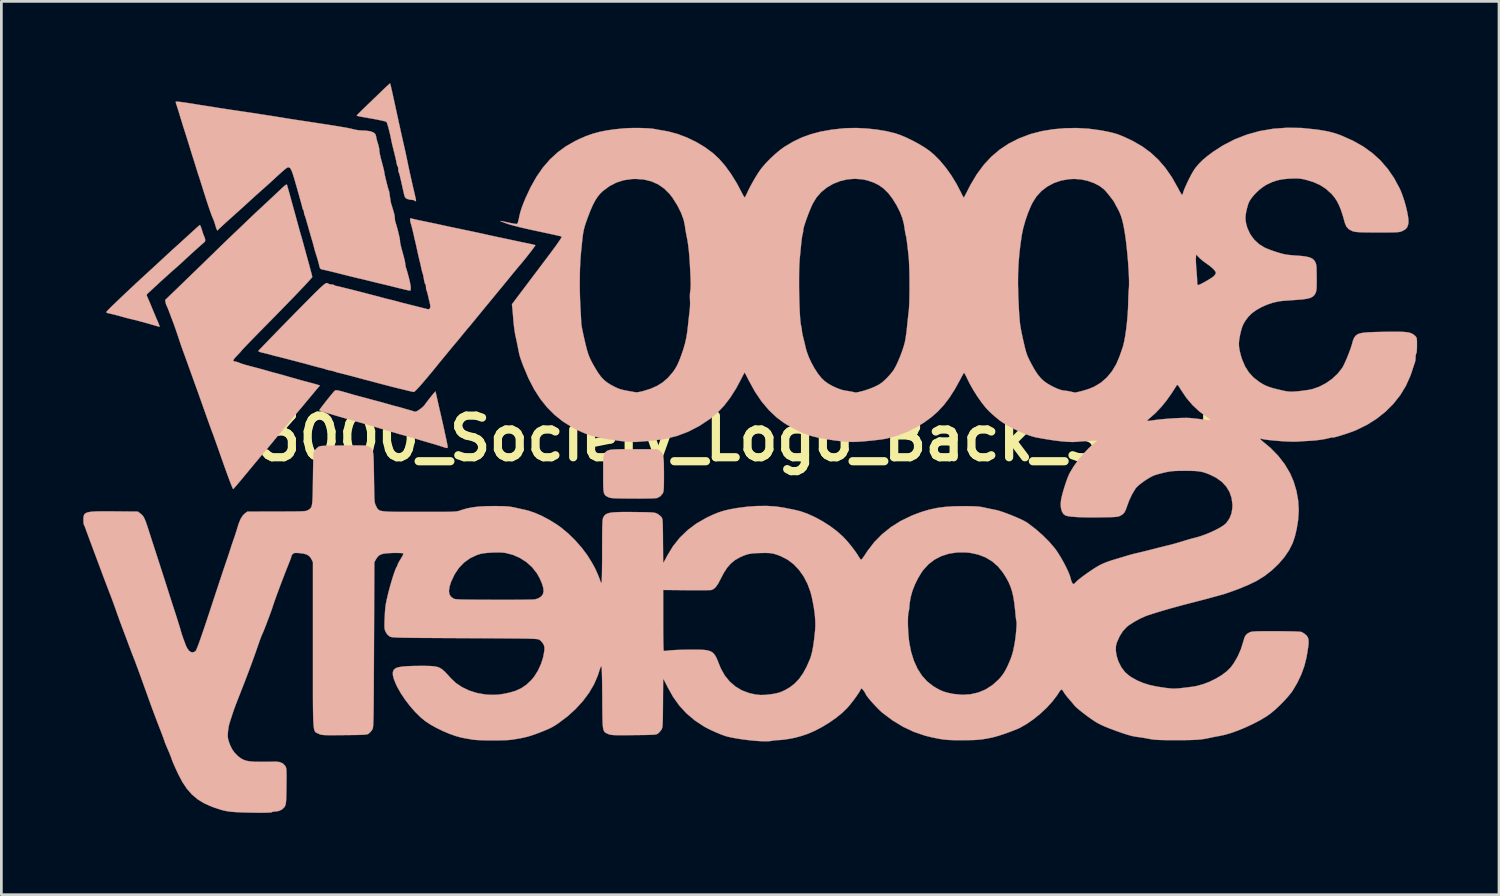
<source format=kicad_pcb>
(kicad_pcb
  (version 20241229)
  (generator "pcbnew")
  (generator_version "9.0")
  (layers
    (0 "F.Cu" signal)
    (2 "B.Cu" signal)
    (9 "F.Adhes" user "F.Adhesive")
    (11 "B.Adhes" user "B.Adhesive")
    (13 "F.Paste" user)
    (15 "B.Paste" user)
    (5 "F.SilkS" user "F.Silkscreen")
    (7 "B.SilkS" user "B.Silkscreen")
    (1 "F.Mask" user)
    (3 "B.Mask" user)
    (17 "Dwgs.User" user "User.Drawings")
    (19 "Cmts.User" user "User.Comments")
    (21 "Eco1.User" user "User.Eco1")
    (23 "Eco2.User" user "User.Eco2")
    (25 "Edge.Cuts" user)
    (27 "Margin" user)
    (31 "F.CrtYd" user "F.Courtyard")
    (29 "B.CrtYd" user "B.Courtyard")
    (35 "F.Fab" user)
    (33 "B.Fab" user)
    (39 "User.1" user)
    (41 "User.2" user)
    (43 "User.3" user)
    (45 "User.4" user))
  (footprint "3000_Society_Logo_Back_Small"
    (layer "F.Cu")
    (at 23.932 13.643)
    (property "Reference" "3000_Society_Logo_Back_Small" (at 0.508 -0.635 0) (layer "F.SilkS") (effects (font (size 1.524 1.524) (thickness 0.3))))
    (attr through_hole)
    (fp_poly (pts (xy -4.007 -0.241) (xy -4.21 -0.24) (xy -4.372 -0.237) (xy -4.499 -0.231) (xy -4.597 -0.222) (xy -4.67 -0.209) (xy -4.723 -0.191) (xy -4.763 -0.167) (xy -4.793 -0.136) (xy -4.82 -0.098) (xy -4.832 -0.08) (xy -4.85 -0.05) (xy -4.863 -0.019) (xy -4.873 0.019) (xy -4.88 0.072) (xy -4.885 0.145) (xy -4.888 0.245) (xy -4.889 0.38) (xy -4.889 0.555) (xy -4.889 0.674) (xy -4.889 0.889) (xy -4.888 1.059) (xy -4.883 1.19) (xy -4.875 1.289) (xy -4.861 1.361) (xy -4.84 1.413) (xy -4.811 1.45) (xy -4.773 1.479) (xy -4.725 1.505) (xy -4.707 1.514) (xy -4.677 1.527) (xy -4.641 1.538) (xy -4.594 1.547) (xy -4.53 1.553) (xy -4.444 1.558) (xy -4.33 1.561) (xy -4.181 1.564) (xy -3.992 1.566) (xy -3.797 1.567) (xy -3.536 1.568) (xy -3.316 1.566) (xy -3.142 1.563) (xy -3.013 1.557) (xy -2.933 1.55) (xy -2.908 1.545) (xy -2.794 1.482) (xy -2.712 1.383) (xy -2.7 1.362) (xy -2.688 1.329) (xy -2.678 1.28) (xy -2.672 1.208) (xy -2.667 1.108) (xy -2.665 0.973) (xy -2.664 0.798) (xy -2.664 0.671) (xy -2.665 0.455) (xy -2.668 0.285) (xy -2.675 0.152) (xy -2.685 0.052) (xy -2.701 -0.023) (xy -2.724 -0.079) (xy -2.754 -0.122) (xy -2.793 -0.158) (xy -2.823 -0.18) (xy -2.908 -0.241) (xy -3.759 -0.241) (xy -4.007 -0.241)) (stroke (width 0.01) (type solid)) (fill yes) (layer "B.SilkS"))
    (fp_poly (pts (xy -19.686 -8.434) (xy -19.74 -8.387) (xy -19.816 -8.318) (xy -19.907 -8.235) (xy -19.93 -8.215) (xy -20.136 -8.026) (xy -20.326 -7.853) (xy -20.492 -7.702) (xy -20.611 -7.596) (xy -20.672 -7.541) (xy -20.757 -7.463) (xy -20.854 -7.373) (xy -20.929 -7.303) (xy -21.014 -7.224) (xy -21.127 -7.12) (xy -21.259 -6.998) (xy -21.401 -6.867) (xy -21.544 -6.736) (xy -21.591 -6.693) (xy -21.799 -6.502) (xy -22.003 -6.313) (xy -22.199 -6.13) (xy -22.384 -5.956) (xy -22.555 -5.794) (xy -22.708 -5.648) (xy -22.839 -5.521) (xy -22.947 -5.415) (xy -23.026 -5.334) (xy -23.075 -5.282) (xy -23.089 -5.262) (xy -23.081 -5.247) (xy -23.054 -5.233) (xy -22.998 -5.217) (xy -22.904 -5.195) (xy -22.847 -5.182) (xy -22.772 -5.164) (xy -22.669 -5.137) (xy -22.561 -5.107) (xy -22.555 -5.106) (xy -22.45 -5.076) (xy -22.351 -5.049) (xy -22.28 -5.031) (xy -22.276 -5.03) (xy -22.039 -4.973) (xy -21.774 -4.903) (xy -21.47 -4.818) (xy -21.412 -4.801) (xy -21.292 -4.766) (xy -21.212 -4.743) (xy -21.165 -4.731) (xy -21.141 -4.727) (xy -21.133 -4.73) (xy -21.133 -4.732) (xy -21.142 -4.762) (xy -21.167 -4.825) (xy -21.201 -4.91) (xy -21.241 -5.001) (xy -21.248 -5.016) (xy -21.27 -5.068) (xy -21.307 -5.156) (xy -21.353 -5.267) (xy -21.405 -5.39) (xy -21.413 -5.41) (xy -21.465 -5.536) (xy -21.514 -5.652) (xy -21.555 -5.746) (xy -21.581 -5.807) (xy -21.584 -5.812) (xy -21.607 -5.87) (xy -21.606 -5.906) (xy -21.577 -5.939) (xy -21.575 -5.941) (xy -21.538 -5.975) (xy -21.473 -6.035) (xy -21.389 -6.113) (xy -21.296 -6.199) (xy -21.141 -6.343) (xy -20.979 -6.49) (xy -20.82 -6.634) (xy -20.675 -6.764) (xy -20.554 -6.871) (xy -20.523 -6.897) (xy -20.453 -6.959) (xy -20.361 -7.042) (xy -20.263 -7.132) (xy -20.218 -7.175) (xy -20.098 -7.285) (xy -19.972 -7.401) (xy -19.848 -7.514) (xy -19.731 -7.618) (xy -19.632 -7.707) (xy -19.556 -7.773) (xy -19.519 -7.803) (xy -19.474 -7.85) (xy -19.465 -7.902) (xy -19.471 -7.934) (xy -19.488 -7.998) (xy -19.506 -8.039) (xy -19.522 -8.074) (xy -19.547 -8.144) (xy -19.577 -8.236) (xy -19.584 -8.262) (xy -19.614 -8.352) (xy -19.64 -8.419) (xy -19.658 -8.451) (xy -19.661 -8.452) (xy -19.686 -8.434)) (stroke (width 0.01) (type solid)) (fill yes) (layer "B.SilkS"))
    (fp_poly (pts (xy -12.712 -13.625) (xy -12.761 -13.583) (xy -12.833 -13.518) (xy -12.919 -13.436) (xy -12.935 -13.421) (xy -13.032 -13.327) (xy -13.154 -13.209) (xy -13.29 -13.078) (xy -13.429 -12.944) (xy -13.538 -12.839) (xy -13.651 -12.73) (xy -13.75 -12.633) (xy -13.83 -12.554) (xy -13.887 -12.498) (xy -13.913 -12.47) (xy -13.914 -12.468) (xy -13.915 -12.461) (xy -13.905 -12.453) (xy -13.879 -12.444) (xy -13.832 -12.433) (xy -13.757 -12.418) (xy -13.649 -12.399) (xy -13.502 -12.373) (xy -13.335 -12.344) (xy -13.185 -12.316) (xy -13.051 -12.289) (xy -12.941 -12.264) (xy -12.865 -12.244) (xy -12.83 -12.229) (xy -12.81 -12.191) (xy -12.783 -12.112) (xy -12.751 -12.002) (xy -12.717 -11.868) (xy -12.683 -11.721) (xy -12.652 -11.57) (xy -12.65 -11.557) (xy -12.633 -11.478) (xy -12.608 -11.369) (xy -12.58 -11.253) (xy -12.573 -11.227) (xy -12.534 -11.069) (xy -12.505 -10.951) (xy -12.484 -10.863) (xy -12.47 -10.794) (xy -12.459 -10.734) (xy -12.455 -10.712) (xy -12.439 -10.646) (xy -12.421 -10.606) (xy -12.417 -10.602) (xy -12.403 -10.57) (xy -12.395 -10.509) (xy -12.395 -10.493) (xy -12.391 -10.426) (xy -12.38 -10.383) (xy -12.377 -10.379) (xy -12.37 -10.368) (xy -12.361 -10.346) (xy -12.35 -10.307) (xy -12.334 -10.245) (xy -12.313 -10.155) (xy -12.284 -10.031) (xy -12.248 -9.867) (xy -12.212 -9.707) (xy -12.185 -9.59) (xy -12.164 -9.512) (xy -12.144 -9.464) (xy -12.119 -9.435) (xy -12.086 -9.416) (xy -12.068 -9.408) (xy -11.983 -9.383) (xy -11.899 -9.373) (xy -11.898 -9.373) (xy -11.836 -9.366) (xy -11.799 -9.349) (xy -11.798 -9.347) (xy -11.768 -9.321) (xy -11.747 -9.338) (xy -11.747 -9.379) (xy -11.757 -9.422) (xy -11.776 -9.505) (xy -11.802 -9.619) (xy -11.834 -9.754) (xy -11.86 -9.868) (xy -11.898 -10.033) (xy -11.936 -10.204) (xy -11.972 -10.364) (xy -12.001 -10.498) (xy -12.013 -10.554) (xy -12.073 -10.844) (xy -12.124 -11.087) (xy -12.167 -11.282) (xy -12.201 -11.429) (xy -12.204 -11.443) (xy -12.216 -11.493) (xy -12.228 -11.547) (xy -12.242 -11.609) (xy -12.259 -11.684) (xy -12.28 -11.778) (xy -12.306 -11.894) (xy -12.337 -12.037) (xy -12.376 -12.214) (xy -12.422 -12.427) (xy -12.478 -12.683) (xy -12.512 -12.84) (xy -12.554 -13.032) (xy -12.593 -13.209) (xy -12.627 -13.362) (xy -12.655 -13.488) (xy -12.677 -13.579) (xy -12.689 -13.629) (xy -12.692 -13.638) (xy -12.712 -13.625)) (stroke (width 0.01) (type solid)) (fill yes) (layer "B.SilkS"))
    (fp_poly (pts (xy -14.71 -2.391) (xy -14.731 -2.375) (xy -14.751 -2.352) (xy -14.77 -2.329) (xy -14.827 -2.261) (xy -14.898 -2.175) (xy -14.978 -2.076) (xy -15.059 -1.974) (xy -15.136 -1.875) (xy -15.203 -1.787) (xy -15.254 -1.719) (xy -15.283 -1.677) (xy -15.287 -1.668) (xy -15.232 -1.641) (xy -15.147 -1.609) (xy -15.052 -1.579) (xy -15.037 -1.575) (xy -14.915 -1.541) (xy -14.804 -1.508) (xy -14.707 -1.478) (xy -14.65 -1.461) (xy -14.556 -1.434) (xy -14.437 -1.399) (xy -14.304 -1.362) (xy -14.262 -1.35) (xy -13.882 -1.242) (xy -13.53 -1.141) (xy -13.213 -1.048) (xy -12.936 -0.965) (xy -12.852 -0.94) (xy -12.788 -0.921) (xy -12.704 -0.896) (xy -12.675 -0.888) (xy -12.576 -0.86) (xy -12.477 -0.83) (xy -12.457 -0.824) (xy -12.376 -0.8) (xy -12.271 -0.771) (xy -12.191 -0.749) (xy -12.079 -0.719) (xy -11.949 -0.682) (xy -11.836 -0.649) (xy -11.712 -0.611) (xy -11.575 -0.57) (xy -11.468 -0.538) (xy -11.276 -0.482) (xy -11.124 -0.438) (xy -11.005 -0.402) (xy -10.911 -0.374) (xy -10.834 -0.349) (xy -10.768 -0.327) (xy -10.671 -0.296) (xy -10.615 -0.284) (xy -10.589 -0.294) (xy -10.585 -0.33) (xy -10.594 -0.387) (xy -10.603 -0.432) (xy -10.614 -0.488) (xy -10.629 -0.56) (xy -10.649 -0.656) (xy -10.677 -0.783) (xy -10.712 -0.948) (xy -10.744 -1.092) (xy -10.758 -1.157) (xy -10.782 -1.26) (xy -10.811 -1.388) (xy -10.844 -1.53) (xy -10.86 -1.6) (xy -10.895 -1.752) (xy -10.929 -1.902) (xy -10.959 -2.037) (xy -10.983 -2.142) (xy -10.989 -2.172) (xy -11.009 -2.26) (xy -11.025 -2.325) (xy -11.034 -2.355) (xy -11.034 -2.356) (xy -11.051 -2.34) (xy -11.092 -2.293) (xy -11.149 -2.224) (xy -11.216 -2.141) (xy -11.284 -2.055) (xy -11.348 -1.973) (xy -11.398 -1.906) (xy -11.429 -1.861) (xy -11.43 -1.86) (xy -11.47 -1.814) (xy -11.538 -1.753) (xy -11.61 -1.698) (xy -11.691 -1.644) (xy -11.746 -1.618) (xy -11.788 -1.615) (xy -11.814 -1.622) (xy -11.879 -1.644) (xy -11.961 -1.668) (xy -11.976 -1.672) (xy -12.061 -1.695) (xy -12.164 -1.725) (xy -12.217 -1.741) (xy -12.314 -1.769) (xy -12.405 -1.794) (xy -12.446 -1.805) (xy -12.537 -1.827) (xy -12.624 -1.851) (xy -12.809 -1.904) (xy -12.953 -1.945) (xy -13.065 -1.976) (xy -13.151 -1.999) (xy -13.183 -2.007) (xy -13.274 -2.03) (xy -13.36 -2.054) (xy -13.423 -2.071) (xy -13.52 -2.098) (xy -13.634 -2.128) (xy -13.703 -2.147) (xy -13.819 -2.177) (xy -13.924 -2.206) (xy -14.004 -2.227) (xy -14.034 -2.236) (xy -14.229 -2.292) (xy -14.381 -2.336) (xy -14.497 -2.368) (xy -14.582 -2.388) (xy -14.641 -2.399) (xy -14.682 -2.399) (xy -14.71 -2.391)) (stroke (width 0.01) (type solid)) (fill yes) (layer "B.SilkS"))
    (fp_poly (pts (xy -16.548 -9.897) (xy -16.632 -9.825) (xy -16.669 -9.79) (xy -16.875 -9.596) (xy -17.048 -9.433) (xy -17.191 -9.298) (xy -17.31 -9.188) (xy -17.406 -9.098) (xy -17.438 -9.069) (xy -17.513 -9) (xy -17.613 -8.907) (xy -17.726 -8.8) (xy -17.84 -8.691) (xy -17.869 -8.663) (xy -17.997 -8.54) (xy -18.142 -8.401) (xy -18.286 -8.264) (xy -18.412 -8.145) (xy -18.415 -8.142) (xy -18.506 -8.055) (xy -18.625 -7.941) (xy -18.764 -7.807) (xy -18.916 -7.66) (xy -19.072 -7.508) (xy -19.216 -7.367) (xy -19.382 -7.206) (xy -19.573 -7.02) (xy -19.778 -6.821) (xy -19.985 -6.621) (xy -20.182 -6.43) (xy -20.342 -6.275) (xy -20.933 -5.705) (xy -20.916 -5.615) (xy -20.9 -5.547) (xy -20.883 -5.502) (xy -20.881 -5.499) (xy -20.862 -5.463) (xy -20.833 -5.395) (xy -20.809 -5.334) (xy -20.777 -5.25) (xy -20.734 -5.136) (xy -20.686 -5.01) (xy -20.655 -4.928) (xy -20.602 -4.785) (xy -20.544 -4.619) (xy -20.488 -4.456) (xy -20.459 -4.369) (xy -20.413 -4.229) (xy -20.363 -4.082) (xy -20.317 -3.949) (xy -20.29 -3.873) (xy -20.242 -3.743) (xy -20.189 -3.597) (xy -20.142 -3.467) (xy -20.084 -3.304) (xy -20.013 -3.107) (xy -19.935 -2.891) (xy -19.856 -2.67) (xy -19.786 -2.477) (xy -19.743 -2.359) (xy -19.691 -2.212) (xy -19.636 -2.058) (xy -19.591 -1.93) (xy -19.495 -1.66) (xy -19.415 -1.434) (xy -19.349 -1.25) (xy -19.297 -1.104) (xy -19.256 -0.993) (xy -19.227 -0.913) (xy -19.208 -0.862) (xy -19.203 -0.851) (xy -19.185 -0.803) (xy -19.153 -0.717) (xy -19.112 -0.6) (xy -19.063 -0.463) (xy -19.011 -0.318) (xy -18.89 0.028) (xy -18.784 0.328) (xy -18.693 0.581) (xy -18.616 0.79) (xy -18.555 0.957) (xy -18.506 1.081) (xy -18.472 1.165) (xy -18.45 1.21) (xy -18.442 1.219) (xy -18.422 1.201) (xy -18.375 1.149) (xy -18.306 1.069) (xy -18.221 0.969) (xy -18.124 0.853) (xy -18.117 0.845) (xy -17.892 0.572) (xy -17.693 0.332) (xy -17.517 0.121) (xy -17.358 -0.069) (xy -17.298 -0.14) (xy -17.153 -0.312) (xy -16.988 -0.51) (xy -16.815 -0.72) (xy -16.645 -0.926) (xy -16.565 -1.024) (xy -16.473 -1.136) (xy -16.362 -1.269) (xy -16.247 -1.407) (xy -16.146 -1.525) (xy -16.043 -1.646) (xy -15.921 -1.79) (xy -15.793 -1.943) (xy -15.673 -2.087) (xy -15.639 -2.127) (xy -15.545 -2.241) (xy -15.458 -2.346) (xy -15.385 -2.433) (xy -15.334 -2.493) (xy -15.315 -2.516) (xy -15.264 -2.574) (xy -15.36 -2.604) (xy -15.425 -2.623) (xy -15.524 -2.651) (xy -15.641 -2.682) (xy -15.723 -2.704) (xy -15.839 -2.734) (xy -15.943 -2.762) (xy -16.02 -2.784) (xy -16.053 -2.793) (xy -16.12 -2.813) (xy -16.203 -2.837) (xy -16.218 -2.841) (xy -16.296 -2.862) (xy -16.399 -2.891) (xy -16.497 -2.92) (xy -16.587 -2.946) (xy -16.664 -2.968) (xy -16.745 -2.99) (xy -16.843 -3.017) (xy -16.974 -3.051) (xy -17.057 -3.074) (xy -17.131 -3.095) (xy -17.145 -3.099) (xy -17.224 -3.122) (xy -17.33 -3.152) (xy -17.469 -3.19) (xy -17.65 -3.238) (xy -17.653 -3.239) (xy -17.811 -3.28) (xy -17.929 -3.312) (xy -18.017 -3.336) (xy -18.084 -3.357) (xy -18.139 -3.375) (xy -18.193 -3.395) (xy -18.254 -3.42) (xy -18.27 -3.426) (xy -18.339 -3.447) (xy -18.391 -3.454) (xy -18.433 -3.468) (xy -18.432 -3.508) (xy -18.388 -3.575) (xy -18.305 -3.664) (xy -18.233 -3.738) (xy -18.171 -3.806) (xy -18.132 -3.854) (xy -18.131 -3.855) (xy -18.105 -3.885) (xy -18.047 -3.948) (xy -17.962 -4.037) (xy -17.852 -4.151) (xy -17.723 -4.284) (xy -17.577 -4.433) (xy -17.42 -4.593) (xy -17.345 -4.669) (xy -17.077 -4.941) (xy -16.823 -5.199) (xy -16.587 -5.441) (xy -16.369 -5.666) (xy -16.172 -5.869) (xy -15.998 -6.051) (xy -15.85 -6.207) (xy -15.728 -6.337) (xy -15.636 -6.439) (xy -15.574 -6.509) (xy -15.546 -6.546) (xy -15.545 -6.55) (xy -15.551 -6.583) (xy -15.569 -6.656) (xy -15.597 -6.761) (xy -15.631 -6.888) (xy -15.659 -6.992) (xy -15.705 -7.158) (xy -15.754 -7.335) (xy -15.8 -7.506) (xy -15.84 -7.651) (xy -15.852 -7.696) (xy -15.885 -7.817) (xy -15.915 -7.926) (xy -15.938 -8.009) (xy -15.951 -8.052) (xy -15.963 -8.091) (xy -15.977 -8.139) (xy -15.995 -8.203) (xy -16.019 -8.289) (xy -16.051 -8.403) (xy -16.091 -8.551) (xy -16.143 -8.741) (xy -16.156 -8.788) (xy -16.228 -9.05) (xy -16.293 -9.285) (xy -16.349 -9.489) (xy -16.396 -9.659) (xy -16.433 -9.791) (xy -16.459 -9.882) (xy -16.473 -9.927) (xy -16.473 -9.929) (xy -16.496 -9.932) (xy -16.548 -9.897)) (stroke (width 0.01) (type solid)) (fill yes) (layer "B.SilkS"))
    (fp_poly (pts (xy -11.961 -8.68) (xy -11.963 -8.655) (xy -11.956 -8.592) (xy -11.939 -8.524) (xy -11.916 -8.446) (xy -11.888 -8.341) (xy -11.86 -8.227) (xy -11.835 -8.123) (xy -11.82 -8.052) (xy -11.806 -7.982) (xy -11.786 -7.902) (xy -11.786 -7.899) (xy -11.771 -7.84) (xy -11.749 -7.744) (xy -11.723 -7.625) (xy -11.697 -7.506) (xy -11.669 -7.38) (xy -11.643 -7.266) (xy -11.622 -7.176) (xy -11.609 -7.125) (xy -11.591 -7.057) (xy -11.57 -6.964) (xy -11.556 -6.896) (xy -11.537 -6.805) (xy -11.517 -6.729) (xy -11.505 -6.693) (xy -11.486 -6.632) (xy -11.47 -6.556) (xy -11.469 -6.553) (xy -11.449 -6.429) (xy -11.431 -6.347) (xy -11.415 -6.301) (xy -11.402 -6.285) (xy -11.387 -6.253) (xy -11.379 -6.191) (xy -11.379 -6.175) (xy -11.375 -6.108) (xy -11.364 -6.065) (xy -11.361 -6.061) (xy -11.347 -6.029) (xy -11.327 -5.961) (xy -11.304 -5.869) (xy -11.299 -5.847) (xy -11.275 -5.737) (xy -11.25 -5.633) (xy -11.231 -5.555) (xy -11.23 -5.552) (xy -11.218 -5.457) (xy -11.235 -5.393) (xy -11.278 -5.365) (xy -11.312 -5.367) (xy -11.355 -5.378) (xy -11.437 -5.399) (xy -11.548 -5.427) (xy -11.678 -5.459) (xy -11.735 -5.474) (xy -11.872 -5.508) (xy -11.999 -5.54) (xy -12.105 -5.567) (xy -12.176 -5.585) (xy -12.192 -5.588) (xy -12.278 -5.61) (xy -12.372 -5.636) (xy -12.383 -5.639) (xy -12.49 -5.668) (xy -12.618 -5.701) (xy -12.77 -5.738) (xy -12.842 -5.756) (xy -12.943 -5.782) (xy -13.05 -5.811) (xy -13.056 -5.813) (xy -13.179 -5.846) (xy -13.329 -5.885) (xy -13.498 -5.929) (xy -13.679 -5.976) (xy -13.863 -6.023) (xy -14.044 -6.069) (xy -14.215 -6.112) (xy -14.368 -6.149) (xy -14.495 -6.181) (xy -14.589 -6.203) (xy -14.644 -6.215) (xy -14.65 -6.216) (xy -14.711 -6.231) (xy -14.746 -6.25) (xy -14.746 -6.251) (xy -14.779 -6.267) (xy -14.84 -6.274) (xy -14.846 -6.274) (xy -14.909 -6.281) (xy -14.946 -6.297) (xy -14.948 -6.299) (xy -14.983 -6.319) (xy -15.023 -6.325) (xy -15.055 -6.313) (xy -15.107 -6.277) (xy -15.182 -6.213) (xy -15.284 -6.119) (xy -15.414 -5.993) (xy -15.524 -5.884) (xy -15.67 -5.737) (xy -15.829 -5.576) (xy -15.999 -5.404) (xy -16.176 -5.225) (xy -16.355 -5.042) (xy -16.534 -4.86) (xy -16.708 -4.682) (xy -16.875 -4.511) (xy -17.03 -4.351) (xy -17.17 -4.207) (xy -17.291 -4.081) (xy -17.391 -3.977) (xy -17.465 -3.9) (xy -17.509 -3.851) (xy -17.521 -3.837) (xy -17.503 -3.819) (xy -17.45 -3.797) (xy -17.407 -3.786) (xy -17.255 -3.749) (xy -17.136 -3.719) (xy -17.033 -3.691) (xy -17.005 -3.683) (xy -16.914 -3.658) (xy -16.824 -3.636) (xy -16.815 -3.634) (xy -16.74 -3.616) (xy -16.625 -3.587) (xy -16.479 -3.549) (xy -16.311 -3.505) (xy -16.13 -3.458) (xy -15.945 -3.409) (xy -15.765 -3.361) (xy -15.599 -3.316) (xy -15.456 -3.277) (xy -15.392 -3.26) (xy -15.303 -3.236) (xy -15.223 -3.216) (xy -15.189 -3.209) (xy -15.117 -3.19) (xy -15.075 -3.175) (xy -15.01 -3.153) (xy -14.954 -3.139) (xy -14.872 -3.122) (xy -14.815 -3.11) (xy -14.742 -3.09) (xy -14.694 -3.073) (xy -14.627 -3.051) (xy -14.58 -3.04) (xy -14.529 -3.028) (xy -14.439 -3.006) (xy -14.322 -2.976) (xy -14.187 -2.941) (xy -14.046 -2.904) (xy -13.908 -2.867) (xy -13.784 -2.833) (xy -13.78 -2.832) (xy -13.681 -2.805) (xy -13.587 -2.78) (xy -13.538 -2.768) (xy -13.447 -2.745) (xy -13.36 -2.722) (xy -13.276 -2.699) (xy -13.162 -2.668) (xy -13.027 -2.633) (xy -12.882 -2.595) (xy -12.737 -2.557) (xy -12.603 -2.522) (xy -12.489 -2.494) (xy -12.406 -2.473) (xy -12.37 -2.464) (xy -12.303 -2.449) (xy -12.206 -2.425) (xy -12.096 -2.398) (xy -12.068 -2.391) (xy -11.967 -2.366) (xy -11.883 -2.348) (xy -11.83 -2.338) (xy -11.821 -2.337) (xy -11.794 -2.355) (xy -11.74 -2.406) (xy -11.667 -2.482) (xy -11.58 -2.578) (xy -11.526 -2.64) (xy -11.416 -2.769) (xy -11.298 -2.909) (xy -11.185 -3.044) (xy -11.09 -3.159) (xy -11.074 -3.179) (xy -10.98 -3.295) (xy -10.88 -3.419) (xy -10.787 -3.532) (xy -10.737 -3.593) (xy -10.648 -3.7) (xy -10.547 -3.824) (xy -10.451 -3.94) (xy -10.432 -3.962) (xy -10.364 -4.045) (xy -10.307 -4.113) (xy -10.27 -4.156) (xy -10.261 -4.166) (xy -10.24 -4.19) (xy -10.195 -4.244) (xy -10.133 -4.321) (xy -10.084 -4.381) (xy -10.003 -4.481) (xy -9.922 -4.579) (xy -9.855 -4.659) (xy -9.83 -4.688) (xy -9.783 -4.744) (xy -9.711 -4.83) (xy -9.624 -4.936) (xy -9.529 -5.051) (xy -9.487 -5.103) (xy -9.378 -5.236) (xy -9.259 -5.381) (xy -9.144 -5.521) (xy -9.046 -5.64) (xy -9.03 -5.66) (xy -8.949 -5.758) (xy -8.876 -5.846) (xy -8.82 -5.914) (xy -8.789 -5.953) (xy -8.789 -5.953) (xy -8.75 -6) (xy -8.695 -6.067) (xy -8.661 -6.107) (xy -8.615 -6.164) (xy -8.543 -6.25) (xy -8.456 -6.357) (xy -8.36 -6.474) (xy -8.306 -6.541) (xy -8.21 -6.658) (xy -8.119 -6.768) (xy -8.041 -6.863) (xy -7.983 -6.933) (xy -7.961 -6.958) (xy -7.88 -7.054) (xy -7.79 -7.163) (xy -7.697 -7.278) (xy -7.607 -7.393) (xy -7.524 -7.499) (xy -7.455 -7.591) (xy -7.404 -7.662) (xy -7.376 -7.704) (xy -7.374 -7.712) (xy -7.402 -7.722) (xy -7.471 -7.739) (xy -7.569 -7.761) (xy -7.686 -7.786) (xy -7.688 -7.786) (xy -7.835 -7.816) (xy -7.992 -7.849) (xy -8.137 -7.88) (xy -8.217 -7.897) (xy -8.337 -7.923) (xy -8.487 -7.955) (xy -8.645 -7.989) (xy -8.763 -8.013) (xy -8.901 -8.043) (xy -9.037 -8.072) (xy -9.155 -8.098) (xy -9.233 -8.116) (xy -9.304 -8.132) (xy -9.414 -8.156) (xy -9.555 -8.186) (xy -9.715 -8.22) (xy -9.885 -8.256) (xy -9.931 -8.265) (xy -10.11 -8.303) (xy -10.288 -8.34) (xy -10.455 -8.375) (xy -10.598 -8.406) (xy -10.705 -8.429) (xy -10.719 -8.432) (xy -10.809 -8.452) (xy -10.896 -8.471) (xy -10.99 -8.491) (xy -11.098 -8.514) (xy -11.229 -8.541) (xy -11.391 -8.575) (xy -11.594 -8.617) (xy -11.62 -8.622) (xy -11.726 -8.645) (xy -11.82 -8.667) (xy -11.886 -8.684) (xy -11.894 -8.686) (xy -11.943 -8.697) (xy -11.961 -8.68)) (stroke (width 0.01) (type solid)) (fill yes) (layer "B.SilkS"))
    (fp_poly (pts (xy -20.54 -12.971) (xy -20.543 -12.939) (xy -20.528 -12.885) (xy -20.509 -12.828) (xy -20.48 -12.739) (xy -20.447 -12.634) (xy -20.436 -12.598) (xy -20.377 -12.403) (xy -20.328 -12.245) (xy -20.289 -12.116) (xy -20.254 -12.005) (xy -20.221 -11.902) (xy -20.192 -11.811) (xy -20.155 -11.696) (xy -20.11 -11.552) (xy -20.063 -11.4) (xy -20.029 -11.29) (xy -19.991 -11.167) (xy -19.957 -11.057) (xy -19.93 -10.972) (xy -19.914 -10.922) (xy -19.914 -10.922) (xy -19.898 -10.872) (xy -19.871 -10.786) (xy -19.838 -10.679) (xy -19.811 -10.592) (xy -19.776 -10.478) (xy -19.745 -10.378) (xy -19.721 -10.305) (xy -19.711 -10.274) (xy -19.695 -10.229) (xy -19.669 -10.149) (xy -19.636 -10.045) (xy -19.612 -9.97) (xy -19.53 -9.706) (xy -19.452 -9.462) (xy -19.381 -9.244) (xy -19.318 -9.056) (xy -19.264 -8.902) (xy -19.222 -8.787) (xy -19.192 -8.715) (xy -19.191 -8.712) (xy -19.154 -8.625) (xy -19.116 -8.515) (xy -19.09 -8.426) (xy -19.057 -8.32) (xy -19.03 -8.264) (xy -19.006 -8.257) (xy -18.995 -8.275) (xy -18.974 -8.297) (xy -18.921 -8.347) (xy -18.842 -8.421) (xy -18.742 -8.513) (xy -18.627 -8.617) (xy -18.593 -8.648) (xy -18.438 -8.786) (xy -18.316 -8.896) (xy -18.22 -8.982) (xy -18.145 -9.05) (xy -18.085 -9.104) (xy -18.035 -9.149) (xy -17.989 -9.191) (xy -17.942 -9.235) (xy -17.887 -9.285) (xy -17.856 -9.314) (xy -17.756 -9.405) (xy -17.635 -9.514) (xy -17.51 -9.626) (xy -17.424 -9.703) (xy -17.305 -9.808) (xy -17.211 -9.892) (xy -17.131 -9.964) (xy -17.055 -10.033) (xy -16.972 -10.108) (xy -16.873 -10.201) (xy -16.754 -10.31) (xy -16.654 -10.4) (xy -16.565 -10.477) (xy -16.493 -10.533) (xy -16.447 -10.562) (xy -16.437 -10.566) (xy -16.407 -10.563) (xy -16.381 -10.555) (xy -16.357 -10.537) (xy -16.332 -10.504) (xy -16.306 -10.452) (xy -16.277 -10.377) (xy -16.242 -10.275) (xy -16.201 -10.14) (xy -16.151 -9.969) (xy -16.091 -9.757) (xy -16.025 -9.525) (xy -15.996 -9.419) (xy -15.968 -9.321) (xy -15.948 -9.249) (xy -15.947 -9.246) (xy -15.925 -9.163) (xy -15.908 -9.088) (xy -15.908 -9.087) (xy -15.891 -9.03) (xy -15.872 -9.002) (xy -15.855 -8.969) (xy -15.85 -8.926) (xy -15.84 -8.858) (xy -15.827 -8.82) (xy -15.806 -8.769) (xy -15.782 -8.693) (xy -15.773 -8.661) (xy -15.749 -8.577) (xy -15.728 -8.502) (xy -15.722 -8.484) (xy -15.704 -8.423) (xy -15.68 -8.337) (xy -15.664 -8.28) (xy -15.637 -8.188) (xy -15.603 -8.069) (xy -15.568 -7.948) (xy -15.561 -7.925) (xy -15.529 -7.817) (xy -15.502 -7.719) (xy -15.483 -7.647) (xy -15.48 -7.633) (xy -15.463 -7.567) (xy -15.437 -7.476) (xy -15.415 -7.404) (xy -15.373 -7.272) (xy -15.342 -7.17) (xy -15.317 -7.08) (xy -15.293 -6.983) (xy -15.289 -6.967) (xy -15.268 -6.89) (xy -15.244 -6.849) (xy -15.206 -6.829) (xy -15.156 -6.819) (xy -15.102 -6.807) (xy -15.008 -6.786) (xy -14.882 -6.756) (xy -14.733 -6.719) (xy -14.57 -6.678) (xy -14.507 -6.662) (xy -14.341 -6.62) (xy -14.185 -6.581) (xy -14.049 -6.548) (xy -13.941 -6.521) (xy -13.871 -6.505) (xy -13.856 -6.501) (xy -13.799 -6.489) (xy -13.739 -6.475) (xy -13.663 -6.457) (xy -13.559 -6.431) (xy -13.437 -6.401) (xy -13.308 -6.369) (xy -13.177 -6.337) (xy -13.092 -6.316) (xy -13.041 -6.304) (xy -12.959 -6.285) (xy -12.863 -6.262) (xy -12.745 -6.233) (xy -12.619 -6.202) (xy -12.535 -6.181) (xy -12.392 -6.145) (xy -12.255 -6.112) (xy -12.133 -6.083) (xy -12.036 -6.061) (xy -11.973 -6.049) (xy -11.957 -6.046) (xy -11.946 -6.068) (xy -11.939 -6.126) (xy -11.938 -6.162) (xy -11.946 -6.237) (xy -11.967 -6.35) (xy -11.999 -6.488) (xy -12.039 -6.642) (xy -12.085 -6.801) (xy -12.116 -6.898) (xy -12.134 -6.978) (xy -12.141 -7.046) (xy -12.148 -7.095) (xy -12.167 -7.182) (xy -12.195 -7.296) (xy -12.231 -7.425) (xy -12.243 -7.468) (xy -12.278 -7.596) (xy -12.306 -7.708) (xy -12.325 -7.796) (xy -12.331 -7.848) (xy -12.33 -7.856) (xy -12.332 -7.892) (xy -12.344 -7.965) (xy -12.366 -8.065) (xy -12.393 -8.18) (xy -12.423 -8.3) (xy -12.454 -8.411) (xy -12.482 -8.505) (xy -12.497 -8.549) (xy -12.514 -8.619) (xy -12.522 -8.703) (xy -12.522 -8.71) (xy -12.527 -8.769) (xy -12.541 -8.846) (xy -12.568 -8.948) (xy -12.609 -9.084) (xy -12.649 -9.21) (xy -12.665 -9.273) (xy -12.683 -9.368) (xy -12.698 -9.474) (xy -12.7 -9.484) (xy -12.713 -9.58) (xy -12.725 -9.655) (xy -12.734 -9.696) (xy -12.736 -9.699) (xy -12.749 -9.735) (xy -12.771 -9.809) (xy -12.798 -9.908) (xy -12.827 -10.021) (xy -12.855 -10.135) (xy -12.879 -10.239) (xy -12.897 -10.32) (xy -12.904 -10.366) (xy -12.904 -10.367) (xy -12.911 -10.413) (xy -12.929 -10.496) (xy -12.957 -10.607) (xy -12.991 -10.734) (xy -13.002 -10.776) (xy -13.037 -10.906) (xy -13.064 -11.023) (xy -13.082 -11.115) (xy -13.089 -11.173) (xy -13.089 -11.182) (xy -13.091 -11.232) (xy -13.108 -11.315) (xy -13.134 -11.414) (xy -13.143 -11.442) (xy -13.173 -11.543) (xy -13.196 -11.631) (xy -13.207 -11.691) (xy -13.208 -11.7) (xy -13.232 -11.779) (xy -13.302 -11.841) (xy -13.417 -11.884) (xy -13.576 -11.907) (xy -13.718 -11.913) (xy -13.832 -11.92) (xy -13.956 -11.939) (xy -14.013 -11.952) (xy -14.128 -11.98) (xy -14.254 -12.007) (xy -14.313 -12.018) (xy -14.423 -12.037) (xy -14.537 -12.056) (xy -14.592 -12.065) (xy -14.668 -12.078) (xy -14.785 -12.096) (xy -14.935 -12.12) (xy -15.109 -12.147) (xy -15.299 -12.176) (xy -15.496 -12.206) (xy -15.692 -12.236) (xy -15.877 -12.264) (xy -16.044 -12.289) (xy -16.078 -12.294) (xy -16.219 -12.316) (xy -16.355 -12.337) (xy -16.472 -12.355) (xy -16.555 -12.369) (xy -16.561 -12.37) (xy -16.641 -12.384) (xy -16.756 -12.402) (xy -16.89 -12.424) (xy -17.029 -12.446) (xy -17.031 -12.446) (xy -17.173 -12.468) (xy -17.314 -12.49) (xy -17.438 -12.509) (xy -17.526 -12.523) (xy -17.599 -12.535) (xy -17.713 -12.552) (xy -17.858 -12.573) (xy -18.023 -12.598) (xy -18.201 -12.624) (xy -18.288 -12.637) (xy -18.465 -12.663) (xy -18.634 -12.689) (xy -18.785 -12.712) (xy -18.909 -12.731) (xy -18.997 -12.744) (xy -19.025 -12.749) (xy -19.124 -12.766) (xy -19.246 -12.785) (xy -19.355 -12.802) (xy -19.473 -12.82) (xy -19.594 -12.839) (xy -19.685 -12.853) (xy -19.914 -12.891) (xy -20.114 -12.922) (xy -20.28 -12.946) (xy -20.408 -12.963) (xy -20.496 -12.972) (xy -20.537 -12.972) (xy -20.54 -12.971)) (stroke (width 0.01) (type solid)) (fill yes) (layer "B.SilkS"))
    (fp_poly (pts (xy 19.649 -11.977) (xy 19.158 -11.893) (xy 18.688 -11.763) (xy 18.238 -11.587) (xy 17.809 -11.365) (xy 17.453 -11.135) (xy 17.239 -10.976) (xy 17.065 -10.829) (xy 16.923 -10.688) (xy 16.805 -10.545) (xy 16.763 -10.486) (xy 16.706 -10.395) (xy 16.638 -10.274) (xy 16.567 -10.135) (xy 16.497 -9.991) (xy 16.435 -9.854) (xy 16.386 -9.738) (xy 16.359 -9.657) (xy 16.338 -9.592) (xy 16.318 -9.555) (xy 16.312 -9.551) (xy 16.294 -9.572) (xy 16.259 -9.63) (xy 16.21 -9.716) (xy 16.155 -9.821) (xy 16.154 -9.822) (xy 15.938 -10.204) (xy 15.704 -10.541) (xy 15.449 -10.838) (xy 15.169 -11.099) (xy 14.857 -11.328) (xy 14.51 -11.529) (xy 14.188 -11.681) (xy 14.063 -11.733) (xy 13.952 -11.775) (xy 13.843 -11.809) (xy 13.726 -11.84) (xy 13.588 -11.87) (xy 13.419 -11.903) (xy 13.296 -11.925) (xy 12.881 -11.98) (xy 12.451 -12.004) (xy 12.016 -11.996) (xy 11.587 -11.958) (xy 11.177 -11.89) (xy 10.795 -11.792) (xy 10.732 -11.772) (xy 10.33 -11.618) (xy 9.964 -11.432) (xy 9.631 -11.211) (xy 9.327 -10.952) (xy 9.05 -10.654) (xy 8.798 -10.313) (xy 8.568 -9.929) (xy 8.492 -9.782) (xy 8.434 -9.668) (xy 8.383 -9.57) (xy 8.345 -9.497) (xy 8.324 -9.46) (xy 8.322 -9.456) (xy 8.306 -9.471) (xy 8.275 -9.523) (xy 8.235 -9.601) (xy 8.222 -9.63) (xy 8.053 -9.957) (xy 7.862 -10.269) (xy 7.655 -10.559) (xy 7.438 -10.818) (xy 7.216 -11.04) (xy 7.067 -11.163) (xy 6.884 -11.291) (xy 6.671 -11.42) (xy 6.441 -11.544) (xy 6.209 -11.656) (xy 5.987 -11.749) (xy 5.799 -11.813) (xy 5.478 -11.89) (xy 5.125 -11.948) (xy 4.757 -11.987) (xy 4.389 -12.005) (xy 4.037 -12) (xy 3.896 -11.991) (xy 3.466 -11.942) (xy 3.075 -11.872) (xy 2.718 -11.777) (xy 2.385 -11.657) (xy 2.071 -11.507) (xy 1.768 -11.327) (xy 1.741 -11.31) (xy 1.579 -11.191) (xy 1.404 -11.044) (xy 1.229 -10.881) (xy 1.065 -10.713) (xy 0.926 -10.552) (xy 0.866 -10.473) (xy 0.779 -10.344) (xy 0.681 -10.185) (xy 0.581 -10.013) (xy 0.488 -9.842) (xy 0.412 -9.689) (xy 0.395 -9.652) (xy 0.355 -9.567) (xy 0.322 -9.5) (xy 0.302 -9.465) (xy 0.301 -9.464) (xy 0.282 -9.474) (xy 0.249 -9.521) (xy 0.207 -9.596) (xy 0.197 -9.617) (xy 0.004 -9.983) (xy -0.203 -10.317) (xy -0.418 -10.615) (xy -0.64 -10.871) (xy -0.865 -11.081) (xy -0.876 -11.09) (xy -1.166 -11.303) (xy -1.485 -11.493) (xy -1.82 -11.655) (xy -2.16 -11.784) (xy -2.495 -11.875) (xy -2.634 -11.901) (xy -2.754 -11.921) (xy -2.867 -11.941) (xy -2.957 -11.958) (xy -2.986 -11.964) (xy -3.087 -11.98) (xy -3.228 -11.992) (xy -3.396 -12) (xy -3.58 -12.005) (xy -3.769 -12.005) (xy -3.952 -12.001) (xy -4.116 -11.992) (xy -4.143 -11.99) (xy -4.474 -11.956) (xy -4.766 -11.915) (xy -5.03 -11.861) (xy -5.275 -11.794) (xy -5.514 -11.709) (xy -5.758 -11.604) (xy -5.918 -11.526) (xy -6.254 -11.335) (xy -6.56 -11.111) (xy -6.84 -10.853) (xy -7.096 -10.557) (xy -7.33 -10.22) (xy -7.545 -9.84) (xy -7.733 -9.438) (xy -7.814 -9.241) (xy -7.876 -9.076) (xy -7.922 -8.93) (xy -7.957 -8.79) (xy -7.977 -8.69) (xy -7.997 -8.597) (xy -8.021 -8.526) (xy -8.042 -8.492) (xy -8.044 -8.491) (xy -8.081 -8.491) (xy -8.156 -8.501) (xy -8.258 -8.52) (xy -8.363 -8.542) (xy -8.476 -8.567) (xy -8.569 -8.586) (xy -8.633 -8.597) (xy -8.656 -8.599) (xy -8.637 -8.588) (xy -8.579 -8.564) (xy -8.492 -8.531) (xy -8.403 -8.499) (xy -8.295 -8.464) (xy -8.141 -8.422) (xy -7.95 -8.373) (xy -7.726 -8.321) (xy -7.474 -8.264) (xy -7.304 -8.228) (xy -7.103 -8.185) (xy -6.916 -8.145) (xy -6.75 -8.109) (xy -6.611 -8.078) (xy -6.505 -8.054) (xy -6.438 -8.037) (xy -6.418 -8.032) (xy -6.412 -8.023) (xy -6.417 -8.003) (xy -6.433 -7.969) (xy -6.464 -7.918) (xy -6.511 -7.848) (xy -6.576 -7.755) (xy -6.662 -7.636) (xy -6.77 -7.49) (xy -6.902 -7.312) (xy -7.061 -7.101) (xy -7.248 -6.852) (xy -7.302 -6.781) (xy -8.231 -5.55) (xy -8.219 -5.436) (xy -8.212 -5.368) (xy -8.203 -5.262) (xy -8.192 -5.133) (xy -8.181 -4.993) (xy -8.179 -4.966) (xy -8.164 -4.812) (xy -8.145 -4.655) (xy -8.124 -4.511) (xy -8.103 -4.398) (xy -8.102 -4.394) (xy -8.072 -4.26) (xy -8.041 -4.112) (xy -8.015 -3.981) (xy -8.014 -3.975) (xy -7.989 -3.846) (xy -7.967 -3.742) (xy -7.943 -3.65) (xy -7.913 -3.555) (xy -7.873 -3.443) (xy -7.819 -3.299) (xy -7.811 -3.277) (xy -7.625 -2.835) (xy -7.42 -2.439) (xy -7.194 -2.086) (xy -6.943 -1.772) (xy -6.667 -1.496) (xy -6.362 -1.254) (xy -6.027 -1.044) (xy -5.842 -0.947) (xy -5.668 -0.866) (xy -5.509 -0.8) (xy -5.351 -0.746) (xy -5.181 -0.7) (xy -4.987 -0.658) (xy -4.757 -0.617) (xy -4.736 -0.613) (xy -4.454 -0.569) (xy -4.215 -0.536) (xy -4.011 -0.516) (xy -3.835 -0.506) (xy -3.68 -0.507) (xy -3.594 -0.513) (xy -3.486 -0.522) (xy -3.346 -0.533) (xy -3.193 -0.546) (xy -3.061 -0.557) (xy -2.613 -0.619) (xy -2.185 -0.727) (xy -1.774 -0.882) (xy -1.378 -1.086) (xy -0.996 -1.338) (xy -0.965 -1.361) (xy -0.703 -1.581) (xy -0.461 -1.835) (xy -0.237 -2.126) (xy -0.025 -2.459) (xy 0.142 -2.77) (xy 0.196 -2.877) (xy 0.242 -2.964) (xy 0.275 -3.024) (xy 0.291 -3.048) (xy 0.291 -3.048) (xy 0.306 -3.027) (xy 0.338 -2.968) (xy 0.383 -2.881) (xy 0.437 -2.774) (xy 0.446 -2.756) (xy 0.669 -2.35) (xy 0.912 -1.99) (xy 1.177 -1.675) (xy 1.464 -1.404) (xy 1.735 -1.203) (xy 1.818 -1.151) (xy 1.923 -1.091) (xy 2.041 -1.026) (xy 2.162 -0.962) (xy 2.277 -0.904) (xy 2.375 -0.857) (xy 2.449 -0.825) (xy 2.488 -0.813) (xy 2.532 -0.801) (xy 2.559 -0.788) (xy 2.646 -0.752) (xy 2.775 -0.714) (xy 2.937 -0.675) (xy 3.124 -0.637) (xy 3.327 -0.601) (xy 3.539 -0.569) (xy 3.749 -0.542) (xy 3.95 -0.522) (xy 4.134 -0.51) (xy 4.255 -0.507) (xy 4.374 -0.51) (xy 4.527 -0.519) (xy 4.702 -0.533) (xy 4.886 -0.55) (xy 5.069 -0.57) (xy 5.239 -0.59) (xy 5.384 -0.611) (xy 5.492 -0.631) (xy 5.512 -0.635) (xy 5.897 -0.744) (xy 6.25 -0.879) (xy 6.586 -1.048) (xy 6.863 -1.218) (xy 7.128 -1.41) (xy 7.368 -1.621) (xy 7.588 -1.858) (xy 7.793 -2.127) (xy 7.99 -2.435) (xy 8.16 -2.743) (xy 8.218 -2.853) (xy 8.268 -2.945) (xy 8.306 -3.01) (xy 8.327 -3.04) (xy 8.328 -3.041) (xy 8.345 -3.022) (xy 8.376 -2.966) (xy 8.416 -2.885) (xy 8.432 -2.85) (xy 8.539 -2.634) (xy 8.671 -2.401) (xy 8.819 -2.168) (xy 8.972 -1.951) (xy 9.12 -1.763) (xy 9.14 -1.741) (xy 9.233 -1.643) (xy 9.353 -1.53) (xy 9.484 -1.415) (xy 9.611 -1.312) (xy 9.707 -1.241) (xy 9.89 -1.127) (xy 10.098 -1.013) (xy 10.319 -0.905) (xy 10.539 -0.81) (xy 10.744 -0.734) (xy 10.897 -0.689) (xy 10.986 -0.669) (xy 11.115 -0.645) (xy 11.269 -0.618) (xy 11.438 -0.591) (xy 11.61 -0.565) (xy 11.659 -0.558) (xy 11.904 -0.528) (xy 12.123 -0.51) (xy 12.309 -0.504) (xy 12.444 -0.51) (xy 12.539 -0.519) (xy 12.667 -0.529) (xy 12.809 -0.538) (xy 12.916 -0.545) (xy 13.221 -0.561) (xy 13.106 -0.467) (xy 12.899 -0.281) (xy 12.696 -0.067) (xy 12.507 0.161) (xy 12.341 0.393) (xy 12.207 0.617) (xy 12.172 0.686) (xy 12.125 0.797) (xy 12.071 0.943) (xy 12.016 1.11) (xy 11.963 1.282) (xy 11.919 1.445) (xy 11.887 1.584) (xy 11.886 1.586) (xy 11.867 1.751) (xy 11.875 1.901) (xy 11.909 2.03) (xy 11.965 2.128) (xy 12.037 2.185) (xy 12.121 2.209) (xy 12.253 2.229) (xy 12.431 2.243) (xy 12.652 2.253) (xy 12.916 2.258) (xy 13.218 2.257) (xy 13.283 2.256) (xy 13.487 2.253) (xy 13.647 2.25) (xy 13.77 2.246) (xy 13.861 2.241) (xy 13.928 2.234) (xy 13.978 2.225) (xy 14.016 2.213) (xy 14.051 2.197) (xy 14.061 2.192) (xy 14.145 2.138) (xy 14.205 2.071) (xy 14.252 1.978) (xy 14.282 1.892) (xy 14.373 1.643) (xy 14.482 1.412) (xy 14.602 1.212) (xy 14.624 1.18) (xy 14.683 1.118) (xy 14.775 1.04) (xy 14.888 0.954) (xy 15.012 0.87) (xy 15.134 0.796) (xy 15.243 0.739) (xy 15.256 0.732) (xy 15.328 0.706) (xy 15.434 0.674) (xy 15.558 0.641) (xy 15.654 0.617) (xy 15.763 0.593) (xy 15.86 0.576) (xy 15.955 0.564) (xy 16.062 0.557) (xy 16.193 0.553) (xy 16.358 0.552) (xy 16.421 0.551) (xy 16.616 0.553) (xy 16.772 0.557) (xy 16.898 0.567) (xy 17.005 0.583) (xy 17.105 0.607) (xy 17.209 0.642) (xy 17.31 0.681) (xy 17.559 0.803) (xy 17.767 0.952) (xy 17.931 1.127) (xy 18.052 1.326) (xy 18.128 1.547) (xy 18.159 1.791) (xy 18.157 1.907) (xy 18.124 2.111) (xy 18.049 2.299) (xy 17.935 2.46) (xy 17.91 2.487) (xy 17.821 2.558) (xy 17.693 2.638) (xy 17.536 2.721) (xy 17.36 2.803) (xy 17.176 2.879) (xy 16.993 2.945) (xy 16.822 2.995) (xy 16.777 3.006) (xy 16.675 3.032) (xy 16.546 3.068) (xy 16.407 3.109) (xy 16.323 3.136) (xy 16.18 3.179) (xy 16.025 3.224) (xy 15.881 3.262) (xy 15.815 3.279) (xy 15.705 3.305) (xy 15.561 3.341) (xy 15.401 3.381) (xy 15.241 3.422) (xy 15.189 3.435) (xy 15.044 3.473) (xy 14.905 3.507) (xy 14.785 3.536) (xy 14.697 3.557) (xy 14.668 3.563) (xy 14.579 3.583) (xy 14.465 3.613) (xy 14.352 3.645) (xy 14.351 3.646) (xy 14.233 3.681) (xy 14.093 3.723) (xy 13.958 3.763) (xy 13.932 3.771) (xy 13.763 3.822) (xy 13.63 3.866) (xy 13.521 3.906) (xy 13.422 3.947) (xy 13.323 3.994) (xy 13.322 3.995) (xy 13.221 4.05) (xy 13.099 4.124) (xy 12.966 4.212) (xy 12.83 4.306) (xy 12.698 4.401) (xy 12.579 4.492) (xy 12.481 4.572) (xy 12.413 4.636) (xy 12.388 4.667) (xy 12.35 4.7) (xy 12.311 4.685) (xy 12.273 4.625) (xy 12.239 4.522) (xy 12.23 4.483) (xy 12.197 4.374) (xy 12.139 4.235) (xy 12.063 4.074) (xy 11.975 3.904) (xy 11.878 3.733) (xy 11.78 3.573) (xy 11.686 3.434) (xy 11.65 3.387) (xy 11.448 3.151) (xy 11.209 2.912) (xy 10.947 2.683) (xy 10.674 2.475) (xy 10.63 2.444) (xy 10.541 2.392) (xy 10.415 2.329) (xy 10.262 2.261) (xy 10.095 2.191) (xy 9.924 2.124) (xy 9.76 2.064) (xy 9.615 2.017) (xy 9.5 1.986) (xy 9.474 1.981) (xy 9.369 1.961) (xy 9.24 1.934) (xy 9.109 1.906) (xy 9.081 1.899) (xy 8.992 1.881) (xy 8.904 1.867) (xy 8.807 1.857) (xy 8.691 1.851) (xy 8.547 1.847) (xy 8.364 1.845) (xy 8.306 1.845) (xy 7.948 1.851) (xy 7.627 1.873) (xy 7.332 1.913) (xy 7.05 1.974) (xy 6.771 2.057) (xy 6.483 2.164) (xy 6.402 2.198) (xy 6.009 2.388) (xy 5.65 2.614) (xy 5.326 2.874) (xy 5.039 3.165) (xy 4.793 3.485) (xy 4.75 3.551) (xy 4.684 3.651) (xy 4.626 3.733) (xy 4.582 3.788) (xy 4.559 3.809) (xy 4.559 3.809) (xy 4.532 3.789) (xy 4.496 3.738) (xy 4.483 3.715) (xy 4.42 3.612) (xy 4.331 3.485) (xy 4.225 3.344) (xy 4.111 3.202) (xy 3.997 3.07) (xy 3.893 2.961) (xy 3.883 2.951) (xy 3.665 2.758) (xy 3.419 2.574) (xy 3.153 2.404) (xy 2.879 2.254) (xy 2.606 2.129) (xy 2.344 2.035) (xy 2.134 1.983) (xy 2.028 1.962) (xy 1.898 1.936) (xy 1.767 1.91) (xy 1.74 1.904) (xy 1.445 1.859) (xy 1.115 1.838) (xy 0.758 1.84) (xy 0.384 1.866) (xy 0.002 1.916) (xy -0.025 1.921) (xy -0.262 1.964) (xy -0.467 2.013) (xy -0.657 2.073) (xy -0.849 2.15) (xy -1.06 2.249) (xy -1.121 2.279) (xy -1.48 2.486) (xy -1.801 2.728) (xy -2.086 3.004) (xy -2.333 3.316) (xy -2.544 3.662) (xy -2.575 3.722) (xy -2.623 3.814) (xy -2.662 3.884) (xy -2.686 3.921) (xy -2.692 3.924) (xy -2.693 3.893) (xy -2.694 3.818) (xy -2.695 3.705) (xy -2.696 3.56) (xy -2.697 3.389) (xy -2.699 3.2) (xy -2.699 3.107) (xy -2.701 2.885) (xy -2.703 2.708) (xy -2.706 2.57) (xy -2.709 2.466) (xy -2.714 2.39) (xy -2.72 2.336) (xy -2.729 2.298) (xy -2.74 2.271) (xy -2.754 2.249) (xy -2.757 2.245) (xy -2.814 2.188) (xy -2.89 2.134) (xy -2.91 2.123) (xy -2.942 2.107) (xy -2.977 2.095) (xy -3.022 2.086) (xy -3.082 2.079) (xy -3.165 2.073) (xy -3.276 2.069) (xy -3.421 2.066) (xy -3.607 2.064) (xy -3.747 2.062) (xy -4.008 2.06) (xy -4.224 2.061) (xy -4.399 2.066) (xy -4.539 2.076) (xy -4.647 2.091) (xy -4.729 2.113) (xy -4.79 2.143) (xy -4.835 2.182) (xy -4.869 2.23) (xy -4.893 2.279) (xy -4.902 2.309) (xy -4.909 2.358) (xy -4.915 2.429) (xy -4.919 2.528) (xy -4.923 2.657) (xy -4.925 2.822) (xy -4.927 3.025) (xy -4.927 3.273) (xy -4.928 3.503) (xy -4.928 3.739) (xy -4.929 3.959) (xy -4.932 4.158) (xy -4.934 4.331) (xy -4.938 4.473) (xy -4.941 4.578) (xy -4.946 4.641) (xy -4.949 4.659) (xy -4.969 4.645) (xy -4.993 4.596) (xy -5.002 4.567) (xy -5.031 4.484) (xy -5.074 4.376) (xy -5.124 4.26) (xy -5.172 4.155) (xy -5.21 4.079) (xy -5.21 4.079) (xy -5.239 4.028) (xy -5.28 3.954) (xy -5.302 3.914) (xy -5.472 3.64) (xy -5.68 3.364) (xy -5.916 3.096) (xy -6.17 2.847) (xy -6.432 2.629) (xy -6.591 2.516) (xy -6.86 2.35) (xy -7.128 2.207) (xy -7.387 2.093) (xy -7.626 2.012) (xy -7.734 1.985) (xy -7.816 1.967) (xy -7.928 1.942) (xy -8.053 1.914) (xy -8.115 1.9) (xy -8.212 1.88) (xy -8.303 1.866) (xy -8.399 1.855) (xy -8.511 1.848) (xy -8.649 1.845) (xy -8.823 1.843) (xy -8.903 1.843) (xy -9.202 1.847) (xy -9.461 1.863) (xy -9.688 1.891) (xy -9.892 1.932) (xy -10.083 1.988) (xy -10.134 2.006) (xy -10.167 2.018) (xy -10.201 2.027) (xy -10.241 2.035) (xy -10.292 2.041) (xy -10.358 2.046) (xy -10.443 2.05) (xy -10.553 2.053) (xy -10.69 2.055) (xy -10.861 2.056) (xy -11.069 2.056) (xy -11.319 2.056) (xy -11.614 2.056) (xy -11.62 2.056) (xy -11.931 2.056) (xy -12.196 2.055) (xy -12.417 2.054) (xy -12.6 2.052) (xy -12.749 2.047) (xy -12.868 2.04) (xy -12.96 2.031) (xy -13.03 2.017) (xy -13.082 2) (xy -13.119 1.978) (xy -13.147 1.95) (xy -13.17 1.917) (xy -13.19 1.878) (xy -13.208 1.841) (xy -13.225 1.808) (xy -13.238 1.775) (xy -13.249 1.739) (xy -13.257 1.692) (xy -13.264 1.631) (xy -13.269 1.549) (xy -13.273 1.441) (xy -13.276 1.301) (xy -13.279 1.124) (xy -13.283 0.904) (xy -13.284 0.786) (xy -13.288 0.533) (xy -13.291 0.326) (xy -13.296 0.159) (xy -13.302 0.028) (xy -13.311 -0.073) (xy -13.323 -0.149) (xy -13.339 -0.204) (xy -13.361 -0.245) (xy -13.388 -0.276) (xy -13.423 -0.302) (xy -13.465 -0.329) (xy -13.47 -0.332) (xy -13.494 -0.346) (xy -13.521 -0.357) (xy -13.557 -0.365) (xy -13.608 -0.371) (xy -13.678 -0.375) (xy -13.774 -0.378) (xy -13.901 -0.379) (xy -14.065 -0.378) (xy -14.27 -0.377) (xy -14.406 -0.376) (xy -14.638 -0.373) (xy -14.824 -0.371) (xy -14.971 -0.369) (xy -15.083 -0.365) (xy -15.166 -0.361) (xy -15.226 -0.355) (xy -15.268 -0.347) (xy -15.297 -0.337) (xy -15.32 -0.325) (xy -15.332 -0.316) (xy -15.4 -0.255) (xy -15.454 -0.193) (xy -15.468 -0.173) (xy -15.479 -0.15) (xy -15.488 -0.117) (xy -15.495 -0.07) (xy -15.501 -0.004) (xy -15.505 0.086) (xy -15.509 0.205) (xy -15.512 0.36) (xy -15.516 0.554) (xy -15.519 0.792) (xy -15.519 0.834) (xy -15.523 1.093) (xy -15.527 1.306) (xy -15.531 1.478) (xy -15.537 1.614) (xy -15.545 1.719) (xy -15.557 1.799) (xy -15.572 1.858) (xy -15.592 1.9) (xy -15.617 1.932) (xy -15.648 1.957) (xy -15.686 1.982) (xy -15.692 1.986) (xy -15.715 1.999) (xy -15.74 2.01) (xy -15.771 2.019) (xy -15.814 2.026) (xy -15.874 2.031) (xy -15.955 2.035) (xy -16.062 2.038) (xy -16.201 2.04) (xy -16.376 2.041) (xy -16.592 2.042) (xy -16.85 2.043) (xy -17.92 2.045) (xy -18.002 2.104) (xy -18.091 2.19) (xy -18.169 2.315) (xy -18.239 2.484) (xy -18.277 2.607) (xy -18.318 2.741) (xy -18.365 2.888) (xy -18.409 3.019) (xy -18.415 3.035) (xy -18.461 3.166) (xy -18.51 3.312) (xy -18.551 3.442) (xy -18.587 3.552) (xy -18.632 3.69) (xy -18.682 3.837) (xy -18.716 3.937) (xy -18.745 4.022) (xy -18.788 4.149) (xy -18.843 4.312) (xy -18.906 4.503) (xy -18.977 4.717) (xy -19.053 4.947) (xy -19.132 5.187) (xy -19.193 5.372) (xy -19.311 5.732) (xy -19.415 6.045) (xy -19.505 6.315) (xy -19.583 6.542) (xy -19.648 6.731) (xy -19.702 6.881) (xy -19.746 6.997) (xy -19.78 7.08) (xy -19.805 7.132) (xy -19.82 7.155) (xy -19.867 7.184) (xy -19.916 7.201) (xy -19.986 7.193) (xy -20.058 7.142) (xy -20.124 7.054) (xy -20.176 6.945) (xy -20.254 6.736) (xy -20.312 6.57) (xy -20.352 6.442) (xy -20.371 6.375) (xy -20.387 6.319) (xy -20.416 6.222) (xy -20.456 6.094) (xy -20.503 5.944) (xy -20.556 5.779) (xy -20.585 5.69) (xy -20.641 5.516) (xy -20.696 5.347) (xy -20.745 5.194) (xy -20.786 5.065) (xy -20.817 4.969) (xy -20.826 4.94) (xy -20.847 4.874) (xy -20.881 4.767) (xy -20.926 4.625) (xy -20.981 4.455) (xy -21.042 4.266) (xy -21.107 4.063) (xy -21.16 3.899) (xy -21.229 3.685) (xy -21.297 3.475) (xy -21.362 3.276) (xy -21.42 3.097) (xy -21.469 2.944) (xy -21.507 2.826) (xy -21.525 2.769) (xy -21.583 2.589) (xy -21.63 2.451) (xy -21.67 2.347) (xy -21.705 2.271) (xy -21.74 2.214) (xy -21.777 2.17) (xy -21.821 2.132) (xy -21.825 2.128) (xy -21.931 2.045) (xy -22.775 2.037) (xy -23.047 2.035) (xy -23.272 2.035) (xy -23.456 2.039) (xy -23.601 2.047) (xy -23.713 2.061) (xy -23.796 2.081) (xy -23.854 2.11) (xy -23.892 2.148) (xy -23.914 2.195) (xy -23.924 2.255) (xy -23.927 2.327) (xy -23.927 2.342) (xy -23.924 2.429) (xy -23.918 2.495) (xy -23.91 2.523) (xy -23.894 2.553) (xy -23.867 2.619) (xy -23.834 2.708) (xy -23.824 2.737) (xy -23.795 2.816) (xy -23.752 2.933) (xy -23.698 3.08) (xy -23.636 3.246) (xy -23.57 3.424) (xy -23.52 3.556) (xy -23.455 3.731) (xy -23.393 3.897) (xy -23.337 4.046) (xy -23.291 4.17) (xy -23.257 4.261) (xy -23.241 4.305) (xy -23.218 4.368) (xy -23.18 4.469) (xy -23.131 4.597) (xy -23.075 4.745) (xy -23.014 4.902) (xy -23.005 4.928) (xy -22.94 5.095) (xy -22.876 5.265) (xy -22.818 5.424) (xy -22.768 5.561) (xy -22.733 5.662) (xy -22.732 5.664) (xy -22.696 5.768) (xy -22.647 5.905) (xy -22.589 6.065) (xy -22.527 6.233) (xy -22.473 6.375) (xy -22.413 6.536) (xy -22.353 6.694) (xy -22.299 6.838) (xy -22.255 6.958) (xy -22.225 7.036) (xy -22.178 7.162) (xy -22.124 7.302) (xy -22.079 7.417) (xy -22.039 7.518) (xy -21.985 7.665) (xy -21.915 7.852) (xy -21.833 8.077) (xy -21.74 8.336) (xy -21.635 8.627) (xy -21.522 8.944) (xy -21.5 9.004) (xy -21.443 9.162) (xy -21.373 9.35) (xy -21.297 9.553) (xy -21.221 9.754) (xy -21.155 9.923) (xy -21.096 10.075) (xy -21.044 10.211) (xy -21.002 10.324) (xy -20.972 10.408) (xy -20.956 10.453) (xy -20.955 10.46) (xy -20.945 10.492) (xy -20.919 10.559) (xy -20.88 10.651) (xy -20.844 10.735) (xy -20.794 10.85) (xy -20.749 10.96) (xy -20.715 11.048) (xy -20.701 11.087) (xy -20.679 11.151) (xy -20.651 11.223) (xy -20.614 11.311) (xy -20.564 11.423) (xy -20.496 11.569) (xy -20.456 11.655) (xy -20.302 11.949) (xy -20.135 12.199) (xy -19.949 12.409) (xy -19.74 12.585) (xy -19.5 12.731) (xy -19.224 12.853) (xy -19.103 12.897) (xy -18.961 12.944) (xy -18.851 12.977) (xy -18.757 13) (xy -18.663 13.018) (xy -18.552 13.034) (xy -18.542 13.036) (xy -18.453 13.044) (xy -18.332 13.052) (xy -18.186 13.059) (xy -18.024 13.065) (xy -17.852 13.069) (xy -17.679 13.072) (xy -17.511 13.074) (xy -17.358 13.074) (xy -17.225 13.072) (xy -17.121 13.068) (xy -17.054 13.063) (xy -17.031 13.056) (xy -16.998 13.04) (xy -16.934 13.03) (xy -16.909 13.03) (xy -16.77 13.01) (xy -16.652 12.954) (xy -16.566 12.87) (xy -16.546 12.837) (xy -16.531 12.802) (xy -16.519 12.761) (xy -16.51 12.707) (xy -16.503 12.635) (xy -16.498 12.536) (xy -16.495 12.405) (xy -16.492 12.235) (xy -16.49 12.09) (xy -16.488 11.891) (xy -16.487 11.737) (xy -16.488 11.62) (xy -16.491 11.533) (xy -16.496 11.472) (xy -16.504 11.428) (xy -16.516 11.395) (xy -16.53 11.366) (xy -16.535 11.359) (xy -16.619 11.271) (xy -16.738 11.219) (xy -16.894 11.202) (xy -16.928 11.203) (xy -17.009 11.206) (xy -17.127 11.208) (xy -17.269 11.209) (xy -17.419 11.21) (xy -17.475 11.209) (xy -17.675 11.206) (xy -17.834 11.193) (xy -17.963 11.17) (xy -18.07 11.132) (xy -18.167 11.078) (xy -18.262 11.004) (xy -18.287 10.981) (xy -18.396 10.87) (xy -18.482 10.746) (xy -18.554 10.597) (xy -18.593 10.492) (xy -18.623 10.396) (xy -18.638 10.312) (xy -18.64 10.218) (xy -18.634 10.124) (xy -18.621 10.008) (xy -18.602 9.896) (xy -18.582 9.81) (xy -18.58 9.804) (xy -18.553 9.722) (xy -18.518 9.614) (xy -18.482 9.503) (xy -18.481 9.499) (xy -18.454 9.417) (xy -18.429 9.343) (xy -18.403 9.269) (xy -18.373 9.187) (xy -18.336 9.088) (xy -18.288 8.966) (xy -18.228 8.811) (xy -18.159 8.636) (xy -18.014 8.264) (xy -17.875 7.899) (xy -17.745 7.55) (xy -17.629 7.228) (xy -17.549 6.998) (xy -17.504 6.868) (xy -17.463 6.752) (xy -17.429 6.661) (xy -17.407 6.603) (xy -17.403 6.592) (xy -17.365 6.509) (xy -17.327 6.419) (xy -17.284 6.313) (xy -17.233 6.181) (xy -17.169 6.012) (xy -17.161 5.991) (xy -17.111 5.856) (xy -17.065 5.731) (xy -17.028 5.628) (xy -17.003 5.556) (xy -16.998 5.537) (xy -16.967 5.441) (xy -16.92 5.306) (xy -16.86 5.138) (xy -16.789 4.946) (xy -16.711 4.737) (xy -16.628 4.519) (xy -16.544 4.3) (xy -16.46 4.086) (xy -16.38 3.885) (xy -16.367 3.853) (xy -16.335 3.77) (xy -16.313 3.704) (xy -16.307 3.673) (xy -16.289 3.632) (xy -16.256 3.594) (xy -16.223 3.571) (xy -16.179 3.56) (xy -16.111 3.558) (xy -16.01 3.565) (xy -15.854 3.586) (xy -15.738 3.622) (xy -15.653 3.678) (xy -15.591 3.758) (xy -15.577 3.783) (xy -15.52 3.897) (xy -15.52 6.93) (xy -15.52 7.396) (xy -15.52 7.813) (xy -15.52 8.185) (xy -15.52 8.515) (xy -15.52 8.804) (xy -15.519 9.056) (xy -15.517 9.273) (xy -15.514 9.459) (xy -15.51 9.615) (xy -15.505 9.744) (xy -15.498 9.85) (xy -15.49 9.934) (xy -15.479 10) (xy -15.467 10.05) (xy -15.453 10.086) (xy -15.437 10.113) (xy -15.418 10.131) (xy -15.396 10.144) (xy -15.372 10.155) (xy -15.345 10.167) (xy -15.316 10.18) (xy -15.283 10.196) (xy -15.252 10.209) (xy -15.215 10.218) (xy -15.167 10.225) (xy -15.103 10.23) (xy -15.015 10.233) (xy -14.899 10.234) (xy -14.749 10.234) (xy -14.558 10.233) (xy -14.372 10.231) (xy -14.144 10.229) (xy -13.962 10.227) (xy -13.819 10.224) (xy -13.71 10.22) (xy -13.63 10.216) (xy -13.572 10.21) (xy -13.532 10.201) (xy -13.503 10.191) (xy -13.481 10.178) (xy -13.47 10.17) (xy -13.407 10.11) (xy -13.351 10.037) (xy -13.348 10.03) (xy -13.34 10.016) (xy -13.333 10) (xy -13.327 9.979) (xy -13.322 9.95) (xy -13.317 9.91) (xy -13.313 9.857) (xy -13.309 9.787) (xy -13.306 9.699) (xy -13.303 9.589) (xy -13.3 9.455) (xy -13.298 9.293) (xy -13.296 9.101) (xy -13.294 8.877) (xy -13.292 8.617) (xy -13.291 8.319) (xy -13.289 7.98) (xy -13.287 7.597) (xy -13.285 7.167) (xy -13.284 6.921) (xy -13.271 3.899) (xy -13.208 3.787) (xy -13.157 3.71) (xy -13.1 3.653) (xy -13.026 3.612) (xy -12.928 3.586) (xy -12.798 3.57) (xy -12.628 3.561) (xy -12.589 3.56) (xy -12.454 3.559) (xy -12.341 3.561) (xy -12.259 3.566) (xy -12.216 3.574) (xy -12.213 3.576) (xy -12.213 3.61) (xy -12.244 3.678) (xy -12.302 3.775) (xy -12.305 3.779) (xy -12.358 3.866) (xy -12.398 3.939) (xy -12.419 3.986) (xy -12.421 3.994) (xy -12.436 4.043) (xy -12.443 4.053) (xy -12.471 4.101) (xy -12.509 4.191) (xy -12.554 4.317) (xy -12.604 4.47) (xy -12.656 4.644) (xy -12.709 4.832) (xy -12.76 5.025) (xy -12.786 5.131) (xy -12.823 5.292) (xy -12.85 5.431) (xy -12.868 5.563) (xy -12.881 5.708) (xy -12.89 5.882) (xy -12.892 5.918) (xy -12.898 6.075) (xy -12.901 6.19) (xy -12.9 6.274) (xy -12.895 6.334) (xy -12.884 6.382) (xy -12.867 6.426) (xy -12.855 6.454) (xy -12.787 6.557) (xy -12.706 6.619) (xy -12.689 6.627) (xy -12.669 6.634) (xy -12.643 6.64) (xy -12.608 6.645) (xy -12.56 6.65) (xy -12.498 6.654) (xy -12.417 6.658) (xy -12.316 6.661) (xy -12.19 6.664) (xy -12.038 6.666) (xy -11.855 6.669) (xy -11.639 6.671) (xy -11.388 6.672) (xy -11.098 6.674) (xy -10.766 6.676) (xy -10.389 6.678) (xy -9.964 6.68) (xy -9.957 6.68) (xy -9.531 6.682) (xy -9.154 6.684) (xy -8.821 6.686) (xy -8.53 6.688) (xy -8.279 6.69) (xy -8.063 6.692) (xy -7.88 6.694) (xy -7.728 6.696) (xy -7.602 6.699) (xy -7.501 6.702) (xy -7.421 6.706) (xy -7.36 6.71) (xy -7.313 6.715) (xy -7.279 6.72) (xy -7.255 6.727) (xy -7.237 6.733) (xy -7.223 6.741) (xy -7.222 6.741) (xy -7.158 6.795) (xy -7.098 6.87) (xy -7.086 6.89) (xy -7.054 6.956) (xy -7.04 7.018) (xy -7.041 7.098) (xy -7.046 7.152) (xy -7.09 7.391) (xy -7.17 7.636) (xy -7.28 7.873) (xy -7.413 8.085) (xy -7.517 8.212) (xy -7.698 8.384) (xy -7.89 8.515) (xy -8.105 8.613) (xy -8.311 8.673) (xy -8.535 8.721) (xy -8.733 8.749) (xy -8.922 8.758) (xy -9.121 8.75) (xy -9.22 8.741) (xy -9.517 8.689) (xy -9.799 8.599) (xy -10.058 8.475) (xy -10.288 8.32) (xy -10.474 8.143) (xy -10.594 8.01) (xy -10.693 7.906) (xy -10.78 7.829) (xy -10.865 7.773) (xy -10.956 7.736) (xy -11.064 7.714) (xy -11.196 7.702) (xy -11.361 7.697) (xy -11.545 7.696) (xy -11.815 7.698) (xy -12.038 7.706) (xy -12.216 7.719) (xy -12.354 7.739) (xy -12.453 7.766) (xy -12.49 7.782) (xy -12.559 7.838) (xy -12.592 7.921) (xy -12.592 8.033) (xy -12.557 8.175) (xy -12.487 8.351) (xy -12.434 8.463) (xy -12.3 8.7) (xy -12.138 8.942) (xy -11.956 9.178) (xy -11.763 9.396) (xy -11.568 9.587) (xy -11.401 9.723) (xy -11.214 9.846) (xy -10.997 9.967) (xy -10.763 10.081) (xy -10.525 10.182) (xy -10.295 10.264) (xy -10.086 10.321) (xy -10.008 10.337) (xy -9.894 10.357) (xy -9.777 10.378) (xy -9.709 10.391) (xy -9.619 10.403) (xy -9.489 10.413) (xy -9.328 10.42) (xy -9.148 10.424) (xy -8.957 10.426) (xy -8.767 10.425) (xy -8.587 10.422) (xy -8.428 10.416) (xy -8.3 10.407) (xy -8.242 10.4) (xy -8.024 10.366) (xy -7.841 10.332) (xy -7.68 10.294) (xy -7.526 10.249) (xy -7.365 10.194) (xy -7.264 10.156) (xy -7.093 10.089) (xy -6.959 10.034) (xy -6.851 9.986) (xy -6.758 9.939) (xy -6.671 9.888) (xy -6.578 9.828) (xy -6.525 9.792) (xy -6.195 9.544) (xy -5.897 9.273) (xy -5.634 8.985) (xy -5.409 8.684) (xy -5.227 8.374) (xy -5.09 8.059) (xy -5.045 7.92) (xy -5.015 7.824) (xy -4.986 7.749) (xy -4.963 7.707) (xy -4.958 7.702) (xy -4.95 7.719) (xy -4.944 7.778) (xy -4.938 7.88) (xy -4.934 8.025) (xy -4.929 8.217) (xy -4.926 8.455) (xy -4.923 8.743) (xy -4.923 8.845) (xy -4.921 9.129) (xy -4.919 9.367) (xy -4.916 9.563) (xy -4.912 9.722) (xy -4.906 9.847) (xy -4.896 9.944) (xy -4.884 10.017) (xy -4.866 10.07) (xy -4.844 10.108) (xy -4.816 10.135) (xy -4.782 10.156) (xy -4.741 10.175) (xy -4.709 10.189) (xy -4.675 10.203) (xy -4.639 10.214) (xy -4.594 10.222) (xy -4.535 10.228) (xy -4.456 10.232) (xy -4.352 10.234) (xy -4.215 10.235) (xy -4.04 10.234) (xy -3.822 10.232) (xy -3.773 10.231) (xy -3.546 10.229) (xy -3.365 10.227) (xy -3.223 10.224) (xy -3.115 10.22) (xy -3.035 10.216) (xy -2.979 10.209) (xy -2.939 10.201) (xy -2.91 10.19) (xy -2.888 10.177) (xy -2.878 10.17) (xy -2.816 10.11) (xy -2.76 10.037) (xy -2.756 10.03) (xy -2.742 10.005) (xy -2.731 9.975) (xy -2.723 9.936) (xy -2.716 9.882) (xy -2.711 9.808) (xy -2.707 9.708) (xy -2.704 9.577) (xy -2.702 9.408) (xy -2.7 9.197) (xy -2.699 9.068) (xy -2.698 8.861) (xy -2.697 8.67) (xy -2.695 8.502) (xy -2.694 8.361) (xy -2.694 8.254) (xy -2.693 8.187) (xy -2.693 8.166) (xy -2.682 8.178) (xy -2.653 8.229) (xy -2.61 8.311) (xy -2.557 8.417) (xy -2.53 8.471) (xy -2.328 8.833) (xy -2.096 9.156) (xy -1.83 9.443) (xy -1.528 9.697) (xy -1.186 9.922) (xy -1.181 9.925) (xy -1.064 9.987) (xy -0.923 10.056) (xy -0.77 10.125) (xy -0.618 10.189) (xy -0.482 10.241) (xy -0.374 10.277) (xy -0.356 10.282) (xy -0.172 10.323) (xy 0.032 10.36) (xy 0.248 10.392) (xy 0.467 10.419) (xy 0.679 10.44) (xy 0.876 10.453) (xy 1.048 10.458) (xy 1.187 10.454) (xy 1.267 10.444) (xy 1.376 10.426) (xy 1.488 10.415) (xy 1.538 10.414) (xy 1.633 10.408) (xy 1.76 10.393) (xy 1.901 10.372) (xy 2.039 10.347) (xy 2.157 10.322) (xy 2.184 10.314) (xy 2.276 10.289) (xy 2.362 10.266) (xy 2.609 10.183) (xy 2.872 10.068) (xy 3.141 9.926) (xy 3.405 9.764) (xy 3.653 9.59) (xy 3.874 9.409) (xy 4.057 9.229) (xy 4.081 9.202) (xy 4.16 9.107) (xy 4.246 8.998) (xy 4.331 8.885) (xy 4.408 8.777) (xy 4.471 8.683) (xy 4.513 8.615) (xy 4.523 8.594) (xy 4.549 8.544) (xy 4.567 8.525) (xy 4.593 8.536) (xy 4.632 8.578) (xy 4.676 8.638) (xy 4.715 8.704) (xy 4.73 8.738) (xy 4.76 8.788) (xy 4.819 8.865) (xy 4.898 8.961) (xy 4.992 9.067) (xy 5.092 9.175) (xy 5.19 9.276) (xy 5.279 9.362) (xy 5.337 9.413) (xy 5.713 9.694) (xy 6.096 9.927) (xy 6.49 10.112) (xy 6.897 10.251) (xy 7.111 10.304) (xy 7.284 10.341) (xy 7.431 10.37) (xy 7.564 10.39) (xy 7.695 10.404) (xy 7.836 10.413) (xy 7.998 10.417) (xy 8.195 10.418) (xy 8.293 10.418) (xy 8.503 10.416) (xy 8.674 10.412) (xy 8.82 10.404) (xy 8.952 10.391) (xy 9.084 10.372) (xy 9.228 10.346) (xy 9.382 10.314) (xy 9.489 10.286) (xy 9.63 10.244) (xy 9.791 10.191) (xy 9.958 10.132) (xy 10.118 10.072) (xy 10.259 10.016) (xy 10.366 9.968) (xy 10.376 9.963) (xy 10.625 9.821) (xy 10.877 9.646) (xy 11.122 9.447) (xy 11.352 9.232) (xy 11.557 9.008) (xy 11.727 8.786) (xy 11.803 8.668) (xy 11.846 8.605) (xy 11.883 8.566) (xy 11.897 8.56) (xy 11.926 8.58) (xy 11.964 8.631) (xy 11.977 8.653) (xy 12.018 8.718) (xy 12.082 8.802) (xy 12.155 8.891) (xy 12.167 8.904) (xy 12.243 8.991) (xy 12.315 9.076) (xy 12.37 9.143) (xy 12.375 9.15) (xy 12.423 9.2) (xy 12.504 9.272) (xy 12.61 9.359) (xy 12.731 9.453) (xy 12.858 9.549) (xy 12.984 9.638) (xy 13.098 9.715) (xy 13.154 9.751) (xy 13.258 9.81) (xy 13.369 9.866) (xy 13.497 9.923) (xy 13.651 9.985) (xy 13.841 10.056) (xy 13.919 10.085) (xy 14.13 10.159) (xy 14.304 10.215) (xy 14.449 10.256) (xy 14.575 10.283) (xy 14.691 10.301) (xy 14.707 10.302) (xy 14.795 10.314) (xy 14.914 10.333) (xy 15.041 10.356) (xy 15.092 10.366) (xy 15.172 10.381) (xy 15.252 10.393) (xy 15.34 10.402) (xy 15.444 10.408) (xy 15.571 10.412) (xy 15.727 10.415) (xy 15.922 10.416) (xy 16.097 10.416) (xy 16.347 10.416) (xy 16.554 10.413) (xy 16.727 10.408) (xy 16.873 10.4) (xy 17 10.389) (xy 17.117 10.373) (xy 17.232 10.352) (xy 17.352 10.327) (xy 17.356 10.326) (xy 17.472 10.301) (xy 17.603 10.276) (xy 17.682 10.263) (xy 17.889 10.218) (xy 18.126 10.148) (xy 18.383 10.055) (xy 18.649 9.944) (xy 18.913 9.82) (xy 19.167 9.688) (xy 19.398 9.55) (xy 19.427 9.531) (xy 19.568 9.429) (xy 19.726 9.295) (xy 19.891 9.142) (xy 20.051 8.979) (xy 20.197 8.817) (xy 20.318 8.668) (xy 20.367 8.598) (xy 20.538 8.309) (xy 20.682 8.003) (xy 20.794 7.694) (xy 20.868 7.397) (xy 20.869 7.391) (xy 20.905 7.183) (xy 20.931 7.018) (xy 20.945 6.889) (xy 20.948 6.79) (xy 20.939 6.713) (xy 20.919 6.653) (xy 20.887 6.602) (xy 20.844 6.557) (xy 20.772 6.5) (xy 20.694 6.458) (xy 20.674 6.451) (xy 20.627 6.445) (xy 20.535 6.439) (xy 20.405 6.434) (xy 20.242 6.431) (xy 20.053 6.428) (xy 19.844 6.426) (xy 19.729 6.426) (xy 19.496 6.426) (xy 19.308 6.427) (xy 19.16 6.428) (xy 19.046 6.431) (xy 18.96 6.435) (xy 18.896 6.441) (xy 18.849 6.448) (xy 18.814 6.458) (xy 18.783 6.471) (xy 18.77 6.477) (xy 18.694 6.524) (xy 18.64 6.581) (xy 18.599 6.66) (xy 18.564 6.775) (xy 18.555 6.807) (xy 18.469 7.083) (xy 18.352 7.35) (xy 18.212 7.592) (xy 18.096 7.75) (xy 17.951 7.895) (xy 17.766 8.035) (xy 17.551 8.164) (xy 17.319 8.278) (xy 17.078 8.369) (xy 16.84 8.434) (xy 16.701 8.458) (xy 16.5 8.484) (xy 16.342 8.503) (xy 16.217 8.517) (xy 16.117 8.525) (xy 16.032 8.529) (xy 15.955 8.527) (xy 15.876 8.521) (xy 15.788 8.512) (xy 15.681 8.498) (xy 15.676 8.497) (xy 15.374 8.451) (xy 15.112 8.393) (xy 14.881 8.32) (xy 14.67 8.23) (xy 14.469 8.118) (xy 14.396 8.071) (xy 14.231 7.933) (xy 14.094 7.755) (xy 13.982 7.536) (xy 13.973 7.512) (xy 13.915 7.324) (xy 13.887 7.139) (xy 13.891 6.97) (xy 13.92 6.849) (xy 14.025 6.613) (xy 14.146 6.422) (xy 14.288 6.27) (xy 14.375 6.201) (xy 14.503 6.12) (xy 10.254 6.12) (xy 10.252 6.201) (xy 10.246 6.312) (xy 10.236 6.439) (xy 10.223 6.573) (xy 10.207 6.703) (xy 10.19 6.817) (xy 10.186 6.845) (xy 10.154 7.013) (xy 10.126 7.145) (xy 10.097 7.256) (xy 10.064 7.36) (xy 10.022 7.471) (xy 10.007 7.507) (xy 9.919 7.71) (xy 9.835 7.874) (xy 9.747 8.013) (xy 9.647 8.138) (xy 9.594 8.196) (xy 9.365 8.401) (xy 9.117 8.56) (xy 8.848 8.672) (xy 8.563 8.737) (xy 8.26 8.755) (xy 7.942 8.724) (xy 7.887 8.714) (xy 7.715 8.677) (xy 7.573 8.634) (xy 7.441 8.578) (xy 7.302 8.502) (xy 7.192 8.434) (xy 6.975 8.264) (xy 6.785 8.053) (xy 6.624 7.802) (xy 6.492 7.513) (xy 6.39 7.187) (xy 6.322 6.845) (xy 6.302 6.685) (xy 6.287 6.51) (xy 6.277 6.329) (xy 6.274 6.231) (xy 2.882 6.231) (xy 2.871 6.413) (xy 2.838 6.724) (xy 2.801 6.985) (xy 2.759 7.201) (xy 2.712 7.373) (xy 2.689 7.437) (xy 2.564 7.724) (xy 2.432 7.966) (xy 2.29 8.169) (xy 2.132 8.337) (xy 1.954 8.477) (xy 1.766 8.586) (xy 1.656 8.638) (xy 1.554 8.675) (xy 1.441 8.704) (xy 1.299 8.729) (xy 1.272 8.733) (xy 1.059 8.758) (xy 0.873 8.763) (xy 0.694 8.745) (xy 0.503 8.704) (xy 0.445 8.688) (xy 0.186 8.591) (xy -0.049 8.449) (xy -0.257 8.268) (xy -0.434 8.051) (xy -0.576 7.8) (xy -0.634 7.662) (xy -0.702 7.489) (xy -0.762 7.359) (xy -0.823 7.265) (xy -0.89 7.2) (xy -0.971 7.157) (xy -1.07 7.129) (xy -1.161 7.114) (xy -1.246 7.108) (xy -1.372 7.103) (xy -1.527 7.101) (xy -1.7 7.102) (xy -1.881 7.104) (xy -2.059 7.108) (xy -2.223 7.114) (xy -2.362 7.122) (xy -2.466 7.131) (xy -2.477 7.133) (xy -2.567 7.143) (xy -2.637 7.148) (xy -2.673 7.146) (xy -2.673 7.145) (xy -2.677 7.119) (xy -2.681 7.046) (xy -2.684 6.933) (xy -2.687 6.785) (xy -2.69 6.607) (xy -2.691 6.404) (xy -2.692 6.182) (xy -2.692 6.025) (xy -2.692 4.967) (xy -7.072 4.967) (xy -7.098 5.073) (xy -7.162 5.157) (xy -7.264 5.22) (xy -7.379 5.259) (xy -7.418 5.263) (xy -7.503 5.267) (xy -7.629 5.269) (xy -7.791 5.272) (xy -7.985 5.274) (xy -8.205 5.275) (xy -8.446 5.276) (xy -8.705 5.276) (xy -8.877 5.275) (xy -9.185 5.274) (xy -9.446 5.273) (xy -9.664 5.271) (xy -9.843 5.269) (xy -9.989 5.267) (xy -10.104 5.264) (xy -10.192 5.26) (xy -10.259 5.255) (xy -10.307 5.249) (xy -10.342 5.242) (xy -10.367 5.233) (xy -10.378 5.227) (xy -10.469 5.158) (xy -10.523 5.067) (xy -10.539 4.95) (xy -10.519 4.804) (xy -10.464 4.626) (xy -10.461 4.619) (xy -10.333 4.344) (xy -10.173 4.107) (xy -9.982 3.909) (xy -9.762 3.751) (xy -9.515 3.635) (xy -9.383 3.594) (xy -9.271 3.572) (xy -9.125 3.556) (xy -8.959 3.545) (xy -8.789 3.541) (xy -8.632 3.543) (xy -8.502 3.553) (xy -8.471 3.558) (xy -8.194 3.629) (xy -7.934 3.744) (xy -7.698 3.897) (xy -7.49 4.084) (xy -7.319 4.302) (xy -7.219 4.477) (xy -7.134 4.672) (xy -7.084 4.835) (xy -7.072 4.967) (xy -2.692 4.967) (xy -2.692 4.915) (xy -1.837 4.923) (xy -1.631 4.924) (xy -1.44 4.925) (xy -1.269 4.925) (xy -1.126 4.923) (xy -1.016 4.921) (xy -0.946 4.919) (xy -0.924 4.916) (xy -0.844 4.879) (xy -0.765 4.807) (xy -0.685 4.694) (xy -0.6 4.536) (xy -0.59 4.514) (xy -0.469 4.284) (xy -0.346 4.098) (xy -0.216 3.949) (xy -0.073 3.829) (xy 0.091 3.733) (xy 0.112 3.723) (xy 0.238 3.665) (xy 0.348 3.624) (xy 0.454 3.596) (xy 0.57 3.578) (xy 0.712 3.567) (xy 0.866 3.562) (xy 1.032 3.559) (xy 1.163 3.561) (xy 1.271 3.572) (xy 1.371 3.592) (xy 1.477 3.626) (xy 1.603 3.673) (xy 1.621 3.681) (xy 1.863 3.804) (xy 2.084 3.971) (xy 2.282 4.178) (xy 2.454 4.421) (xy 2.596 4.696) (xy 2.707 4.999) (xy 2.757 5.198) (xy 2.817 5.501) (xy 2.857 5.768) (xy 2.878 6.008) (xy 2.882 6.231) (xy 6.274 6.231) (xy 6.272 6.153) (xy 6.272 5.991) (xy 6.278 5.853) (xy 6.289 5.748) (xy 6.301 5.696) (xy 6.316 5.631) (xy 6.324 5.547) (xy 6.325 5.528) (xy 6.33 5.456) (xy 6.344 5.351) (xy 6.364 5.232) (xy 6.376 5.168) (xy 6.436 4.951) (xy 6.527 4.719) (xy 6.641 4.488) (xy 6.77 4.274) (xy 6.839 4.178) (xy 7.029 3.971) (xy 7.25 3.802) (xy 7.499 3.674) (xy 7.772 3.586) (xy 8.068 3.541) (xy 8.381 3.539) (xy 8.547 3.555) (xy 8.844 3.618) (xy 9.115 3.722) (xy 9.358 3.868) (xy 9.572 4.054) (xy 9.752 4.278) (xy 9.864 4.454) (xy 9.956 4.621) (xy 10.029 4.79) (xy 10.087 4.968) (xy 10.133 5.166) (xy 10.169 5.392) (xy 10.199 5.657) (xy 10.209 5.766) (xy 10.22 5.881) (xy 10.232 5.981) (xy 10.243 6.052) (xy 10.25 6.078) (xy 10.254 6.12) (xy 14.503 6.12) (xy 14.57 6.077) (xy 14.778 5.964) (xy 14.979 5.874) (xy 15.088 5.834) (xy 15.48 5.711) (xy 15.899 5.588) (xy 16.355 5.464) (xy 16.853 5.335) (xy 16.853 5.335) (xy 17.008 5.295) (xy 17.181 5.25) (xy 17.347 5.205) (xy 17.437 5.18) (xy 17.558 5.147) (xy 17.669 5.116) (xy 17.757 5.092) (xy 17.8 5.081) (xy 17.863 5.062) (xy 17.959 5.03) (xy 18.077 4.989) (xy 18.201 4.945) (xy 18.32 4.901) (xy 18.419 4.864) (xy 18.479 4.839) (xy 18.538 4.814) (xy 18.628 4.776) (xy 18.73 4.734) (xy 18.751 4.725) (xy 19.05 4.58) (xy 19.337 4.401) (xy 19.605 4.192) (xy 19.849 3.96) (xy 20.062 3.711) (xy 20.237 3.452) (xy 20.366 3.193) (xy 20.444 2.961) (xy 20.51 2.685) (xy 20.562 2.368) (xy 20.566 2.337) (xy 20.587 1.992) (xy 20.565 1.637) (xy 20.501 1.282) (xy 20.398 0.939) (xy 20.268 0.639) (xy 20.072 0.309) (xy 19.832 -0.001) (xy 19.554 -0.286) (xy 19.31 -0.489) (xy 19.237 -0.55) (xy 19.191 -0.597) (xy 19.176 -0.626) (xy 19.196 -0.631) (xy 19.221 -0.622) (xy 19.282 -0.607) (xy 19.383 -0.59) (xy 19.517 -0.574) (xy 19.673 -0.558) (xy 19.841 -0.544) (xy 20.013 -0.531) (xy 20.179 -0.522) (xy 20.33 -0.517) (xy 20.455 -0.516) (xy 20.538 -0.519) (xy 20.648 -0.527) (xy 20.783 -0.536) (xy 20.92 -0.543) (xy 20.955 -0.545) (xy 21.175 -0.56) (xy 21.387 -0.586) (xy 21.575 -0.618) (xy 21.696 -0.648) (xy 21.767 -0.665) (xy 21.816 -0.671) (xy 21.827 -0.669) (xy 21.857 -0.67) (xy 21.926 -0.685) (xy 22.025 -0.712) (xy 22.144 -0.748) (xy 22.276 -0.79) (xy 22.411 -0.835) (xy 22.54 -0.881) (xy 22.654 -0.925) (xy 22.7 -0.944) (xy 23.089 -1.135) (xy 23.377 -1.317) (xy 17.348 -1.317) (xy 17.326 -1.306) (xy 17.271 -1.305) (xy 17.253 -1.307) (xy 17.06 -1.331) (xy 16.908 -1.35) (xy 16.787 -1.364) (xy 16.688 -1.374) (xy 16.6 -1.382) (xy 16.585 -1.383) (xy 16.486 -1.387) (xy 16.348 -1.386) (xy 16.182 -1.38) (xy 16 -1.371) (xy 15.812 -1.358) (xy 15.629 -1.343) (xy 15.465 -1.327) (xy 15.329 -1.31) (xy 15.192 -1.29) (xy 15.1 -1.278) (xy 15.048 -1.277) (xy 15.033 -1.286) (xy 15.048 -1.308) (xy 15.088 -1.344) (xy 15.113 -1.364) (xy 15.331 -1.556) (xy 15.536 -1.769) (xy 15.736 -2.013) (xy 15.934 -2.292) (xy 16.118 -2.581) (xy 16.134 -2.596) (xy 16.155 -2.588) (xy 16.187 -2.55) (xy 16.235 -2.477) (xy 16.266 -2.426) (xy 16.471 -2.121) (xy 16.694 -1.858) (xy 16.941 -1.628) (xy 17.202 -1.436) (xy 17.275 -1.384) (xy 17.327 -1.342) (xy 17.348 -1.317) (xy 17.348 -1.317) (xy 23.377 -1.317) (xy 23.446 -1.361) (xy 23.769 -1.618) (xy 24.056 -1.906) (xy 24.304 -2.22) (xy 24.51 -2.559) (xy 24.672 -2.919) (xy 24.726 -3.073) (xy 24.765 -3.193) (xy 24.8 -3.3) (xy 24.827 -3.381) (xy 24.843 -3.424) (xy 24.857 -3.484) (xy 24.866 -3.569) (xy 24.867 -3.606) (xy 24.871 -3.682) (xy 24.884 -3.734) (xy 24.892 -3.747) (xy 24.903 -3.777) (xy 24.911 -3.849) (xy 24.916 -3.952) (xy 24.917 -4.044) (xy 24.917 -4.167) (xy 24.914 -4.25) (xy 24.906 -4.305) (xy 24.891 -4.342) (xy 24.867 -4.373) (xy 24.844 -4.395) (xy 24.795 -4.437) (xy 24.74 -4.471) (xy 24.675 -4.498) (xy 24.593 -4.518) (xy 24.489 -4.531) (xy 24.357 -4.54) (xy 24.192 -4.543) (xy 23.987 -4.543) (xy 23.738 -4.54) (xy 23.724 -4.539) (xy 23.474 -4.534) (xy 23.27 -4.528) (xy 23.106 -4.52) (xy 22.977 -4.508) (xy 22.876 -4.493) (xy 22.799 -4.473) (xy 22.74 -4.447) (xy 22.693 -4.415) (xy 22.654 -4.376) (xy 22.648 -4.369) (xy 22.605 -4.298) (xy 22.568 -4.206) (xy 22.558 -4.166) (xy 22.529 -4.059) (xy 22.484 -3.922) (xy 22.427 -3.768) (xy 22.365 -3.61) (xy 22.3 -3.459) (xy 22.24 -3.329) (xy 22.188 -3.231) (xy 22.175 -3.212) (xy 22.012 -3.004) (xy 21.811 -2.817) (xy 21.583 -2.657) (xy 21.338 -2.529) (xy 21.086 -2.441) (xy 20.93 -2.41) (xy 20.723 -2.381) (xy 20.556 -2.361) (xy 20.421 -2.35) (xy 20.308 -2.347) (xy 20.207 -2.352) (xy 20.109 -2.366) (xy 20.005 -2.387) (xy 20.003 -2.388) (xy 19.803 -2.435) (xy 19.643 -2.476) (xy 19.514 -2.516) (xy 19.405 -2.557) (xy 19.307 -2.604) (xy 19.21 -2.66) (xy 19.135 -2.709) (xy 18.929 -2.869) (xy 18.759 -3.055) (xy 18.622 -3.271) (xy 18.514 -3.523) (xy 18.467 -3.672) (xy 18.424 -3.844) (xy 18.4 -3.987) (xy 18.394 -4.119) (xy 18.407 -4.259) (xy 18.437 -4.424) (xy 18.439 -4.432) (xy 18.479 -4.601) (xy 18.521 -4.734) (xy 18.573 -4.849) (xy 18.643 -4.961) (xy 18.738 -5.087) (xy 18.741 -5.09) (xy 18.866 -5.216) (xy 19.031 -5.336) (xy 19.225 -5.446) (xy 19.438 -5.539) (xy 19.66 -5.612) (xy 19.879 -5.658) (xy 19.964 -5.669) (xy 20.077 -5.678) (xy 20.22 -5.69) (xy 20.377 -5.701) (xy 20.523 -5.711) (xy 20.721 -5.727) (xy 20.876 -5.749) (xy 20.993 -5.777) (xy 21.08 -5.816) (xy 21.143 -5.867) (xy 21.19 -5.934) (xy 21.205 -5.965) (xy 21.22 -6.007) (xy 21.232 -6.062) (xy 21.239 -6.136) (xy 21.243 -6.237) (xy 21.245 -6.375) (xy 21.244 -6.528) (xy 21.243 -6.697) (xy 21.243 -6.7) (xy 17.551 -6.7) (xy 17.534 -6.651) (xy 17.489 -6.592) (xy 17.469 -6.572) (xy 17.416 -6.532) (xy 17.335 -6.479) (xy 17.237 -6.42) (xy 17.133 -6.361) (xy 17.036 -6.309) (xy 16.956 -6.27) (xy 16.904 -6.251) (xy 16.897 -6.25) (xy 16.879 -6.268) (xy 14.372 -6.268) (xy 14.367 -6.136) (xy 14.364 -6.109) (xy 14.357 -6.021) (xy 14.35 -5.9) (xy 14.345 -5.762) (xy 14.342 -5.639) (xy 14.334 -5.394) (xy 14.318 -5.139) (xy 14.295 -4.885) (xy 14.267 -4.64) (xy 14.235 -4.412) (xy 14.199 -4.212) (xy 14.161 -4.047) (xy 14.136 -3.965) (xy 14.098 -3.855) (xy 14.06 -3.743) (xy 14.035 -3.67) (xy 13.908 -3.365) (xy 13.748 -3.097) (xy 13.558 -2.867) (xy 13.338 -2.676) (xy 13.09 -2.527) (xy 12.901 -2.449) (xy 12.795 -2.415) (xy 12.673 -2.379) (xy 12.552 -2.348) (xy 12.449 -2.324) (xy 12.395 -2.315) (xy 12.366 -2.32) (xy 12.302 -2.333) (xy 12.23 -2.35) (xy 12.132 -2.37) (xy 12.041 -2.384) (xy 11.993 -2.387) (xy 11.908 -2.401) (xy 11.793 -2.438) (xy 11.66 -2.494) (xy 11.52 -2.564) (xy 11.387 -2.641) (xy 11.344 -2.669) (xy 11.226 -2.758) (xy 11.118 -2.865) (xy 11.014 -2.996) (xy 10.908 -3.16) (xy 10.8 -3.353) (xy 10.74 -3.468) (xy 10.691 -3.565) (xy 10.652 -3.653) (xy 10.619 -3.743) (xy 10.588 -3.844) (xy 10.556 -3.967) (xy 10.52 -4.12) (xy 10.481 -4.293) (xy 10.445 -4.461) (xy 10.416 -4.603) (xy 10.394 -4.73) (xy 10.376 -4.855) (xy 10.363 -4.989) (xy 10.351 -5.145) (xy 10.339 -5.334) (xy 10.334 -5.423) (xy 10.313 -5.871) (xy 10.308 -6.127) (xy 6.331 -6.127) (xy 6.329 -5.905) (xy 6.325 -5.7) (xy 6.319 -5.52) (xy 6.31 -5.374) (xy 6.301 -5.283) (xy 6.288 -5.173) (xy 6.272 -5.034) (xy 6.257 -4.889) (xy 6.249 -4.813) (xy 6.237 -4.693) (xy 6.226 -4.586) (xy 6.216 -4.505) (xy 6.211 -4.47) (xy 6.201 -4.407) (xy 6.189 -4.32) (xy 6.183 -4.28) (xy 6.158 -4.151) (xy 6.113 -3.991) (xy 6.053 -3.812) (xy 5.983 -3.627) (xy 5.907 -3.448) (xy 5.832 -3.288) (xy 5.76 -3.159) (xy 5.731 -3.114) (xy 5.618 -2.973) (xy 5.485 -2.83) (xy 5.349 -2.705) (xy 5.307 -2.671) (xy 5.19 -2.595) (xy 5.035 -2.519) (xy 4.856 -2.447) (xy 4.667 -2.384) (xy 4.481 -2.336) (xy 4.369 -2.315) (xy 4.338 -2.319) (xy 4.278 -2.332) (xy 4.255 -2.338) (xy 4.175 -2.354) (xy 4.07 -2.372) (xy 3.976 -2.386) (xy 3.836 -2.418) (xy 3.675 -2.477) (xy 3.507 -2.554) (xy 3.35 -2.643) (xy 3.219 -2.736) (xy 3.219 -2.736) (xy 3.096 -2.857) (xy 2.97 -3.017) (xy 2.848 -3.205) (xy 2.735 -3.41) (xy 2.638 -3.62) (xy 2.563 -3.825) (xy 2.526 -3.962) (xy 2.497 -4.09) (xy 2.463 -4.23) (xy 2.436 -4.335) (xy 2.412 -4.436) (xy 2.395 -4.527) (xy 2.388 -4.59) (xy 2.388 -4.591) (xy 2.379 -4.674) (xy 2.364 -4.74) (xy 2.348 -4.814) (xy 2.334 -4.932) (xy 2.321 -5.087) (xy 2.31 -5.273) (xy 2.301 -5.483) (xy 2.294 -5.709) (xy 2.288 -5.946) (xy 2.285 -6.186) (xy 2.285 -6.209) (xy -1.684 -6.209) (xy -1.688 -6.112) (xy -1.697 -6.046) (xy -1.698 -6.04) (xy -1.711 -5.945) (xy -1.714 -5.823) (xy -1.71 -5.715) (xy -1.706 -5.581) (xy -1.711 -5.431) (xy -1.723 -5.301) (xy -1.738 -5.18) (xy -1.755 -5.032) (xy -1.771 -4.884) (xy -1.777 -4.826) (xy -1.806 -4.564) (xy -1.842 -4.335) (xy -1.889 -4.122) (xy -1.951 -3.907) (xy -2.032 -3.673) (xy -2.069 -3.573) (xy -2.137 -3.406) (xy -2.202 -3.271) (xy -2.276 -3.15) (xy -2.351 -3.046) (xy -2.521 -2.851) (xy -2.706 -2.69) (xy -2.915 -2.559) (xy -3.155 -2.453) (xy -3.435 -2.366) (xy -3.505 -2.349) (xy -3.592 -2.332) (xy -3.665 -2.324) (xy -3.696 -2.324) (xy -3.747 -2.333) (xy -3.829 -2.348) (xy -3.912 -2.362) (xy -4.068 -2.391) (xy -4.189 -2.417) (xy -4.286 -2.445) (xy -4.375 -2.48) (xy -4.469 -2.524) (xy -4.482 -2.53) (xy -4.633 -2.612) (xy -4.76 -2.695) (xy -4.87 -2.787) (xy -4.97 -2.895) (xy -5.069 -3.029) (xy -5.173 -3.196) (xy -5.26 -3.347) (xy -5.321 -3.461) (xy -5.372 -3.564) (xy -5.415 -3.666) (xy -5.453 -3.777) (xy -5.491 -3.907) (xy -5.531 -4.066) (xy -5.577 -4.264) (xy -5.584 -4.293) (xy -5.626 -4.483) (xy -5.657 -4.631) (xy -5.678 -4.743) (xy -5.69 -4.825) (xy -5.695 -4.885) (xy -5.695 -4.889) (xy -5.696 -4.931) (xy -5.7 -5.013) (xy -5.706 -5.128) (xy -5.714 -5.266) (xy -5.721 -5.397) (xy -5.738 -5.765) (xy -5.747 -6.136) (xy -5.747 -6.498) (xy -5.74 -6.843) (xy -5.725 -7.158) (xy -5.703 -7.434) (xy -5.702 -7.442) (xy -5.694 -7.52) (xy -5.683 -7.629) (xy -5.67 -7.751) (xy -5.666 -7.798) (xy -5.647 -7.978) (xy -5.628 -8.122) (xy -5.606 -8.245) (xy -5.578 -8.362) (xy -5.54 -8.487) (xy -5.488 -8.636) (xy -5.461 -8.712) (xy -5.364 -8.965) (xy -5.273 -9.174) (xy -5.184 -9.346) (xy -5.092 -9.488) (xy -4.995 -9.606) (xy -4.902 -9.695) (xy -4.659 -9.875) (xy -4.405 -10.007) (xy -4.134 -10.093) (xy -3.84 -10.135) (xy -3.696 -10.14) (xy -3.398 -10.118) (xy -3.124 -10.051) (xy -2.875 -9.94) (xy -2.651 -9.784) (xy -2.452 -9.585) (xy -2.345 -9.445) (xy -2.169 -9.164) (xy -2.033 -8.893) (xy -1.94 -8.636) (xy -1.891 -8.396) (xy -1.888 -8.369) (xy -1.879 -8.299) (xy -1.862 -8.196) (xy -1.84 -8.079) (xy -1.829 -8.026) (xy -1.801 -7.88) (xy -1.778 -7.73) (xy -1.758 -7.568) (xy -1.74 -7.386) (xy -1.724 -7.176) (xy -1.709 -6.928) (xy -1.699 -6.731) (xy -1.689 -6.513) (xy -1.684 -6.341) (xy -1.684 -6.209) (xy 2.285 -6.209) (xy 2.285 -6.422) (xy 2.286 -6.649) (xy 2.29 -6.858) (xy 2.298 -7.044) (xy 2.307 -7.199) (xy 2.312 -7.252) (xy 2.327 -7.395) (xy 2.343 -7.561) (xy 2.359 -7.722) (xy 2.365 -7.782) (xy 2.378 -7.901) (xy 2.392 -8.007) (xy 2.406 -8.087) (xy 2.415 -8.12) (xy 2.432 -8.19) (xy 2.438 -8.269) (xy 2.448 -8.328) (xy 2.474 -8.424) (xy 2.514 -8.547) (xy 2.563 -8.689) (xy 2.619 -8.839) (xy 2.679 -8.989) (xy 2.737 -9.128) (xy 2.786 -9.233) (xy 2.921 -9.458) (xy 3.095 -9.656) (xy 3.301 -9.824) (xy 3.534 -9.96) (xy 3.786 -10.06) (xy 4.052 -10.123) (xy 4.326 -10.145) (xy 4.602 -10.125) (xy 4.784 -10.086) (xy 5.011 -10.01) (xy 5.21 -9.911) (xy 5.388 -9.783) (xy 5.551 -9.622) (xy 5.705 -9.421) (xy 5.856 -9.176) (xy 5.871 -9.148) (xy 5.985 -8.922) (xy 6.067 -8.711) (xy 6.123 -8.498) (xy 6.147 -8.352) (xy 6.163 -8.243) (xy 6.18 -8.144) (xy 6.195 -8.074) (xy 6.198 -8.065) (xy 6.208 -8.022) (xy 6.219 -7.96) (xy 6.232 -7.873) (xy 6.247 -7.754) (xy 6.265 -7.599) (xy 6.287 -7.402) (xy 6.298 -7.303) (xy 6.309 -7.17) (xy 6.317 -7) (xy 6.324 -6.801) (xy 6.329 -6.584) (xy 6.331 -6.356) (xy 6.331 -6.127) (xy 10.308 -6.127) (xy 10.304 -6.281) (xy 10.307 -6.663) (xy 10.323 -7.028) (xy 10.352 -7.386) (xy 10.394 -7.75) (xy 10.444 -8.09) (xy 10.497 -8.344) (xy 10.575 -8.62) (xy 10.672 -8.898) (xy 10.783 -9.161) (xy 10.833 -9.264) (xy 10.978 -9.495) (xy 11.16 -9.694) (xy 11.376 -9.86) (xy 11.62 -9.99) (xy 11.888 -10.081) (xy 12.176 -10.131) (xy 12.368 -10.14) (xy 12.611 -10.122) (xy 12.852 -10.071) (xy 13.08 -9.991) (xy 13.283 -9.887) (xy 13.451 -9.761) (xy 13.464 -9.748) (xy 13.511 -9.698) (xy 13.573 -9.626) (xy 13.642 -9.54) (xy 13.711 -9.452) (xy 13.773 -9.371) (xy 13.819 -9.306) (xy 13.842 -9.267) (xy 13.843 -9.262) (xy 13.855 -9.236) (xy 13.886 -9.177) (xy 13.93 -9.098) (xy 13.943 -9.076) (xy 14.014 -8.938) (xy 14.073 -8.793) (xy 14.124 -8.628) (xy 14.169 -8.432) (xy 14.2 -8.268) (xy 14.231 -8.072) (xy 14.261 -7.85) (xy 14.288 -7.611) (xy 14.313 -7.362) (xy 14.334 -7.113) (xy 14.351 -6.87) (xy 14.364 -6.643) (xy 14.371 -6.44) (xy 14.372 -6.268) (xy 16.879 -6.268) (xy 16.877 -6.27) (xy 16.867 -6.335) (xy 16.866 -6.393) (xy 16.863 -6.481) (xy 16.856 -6.601) (xy 16.846 -6.734) (xy 16.838 -6.819) (xy 16.828 -6.95) (xy 16.821 -7.078) (xy 16.818 -7.186) (xy 16.819 -7.237) (xy 16.828 -7.375) (xy 16.929 -7.267) (xy 17.004 -7.196) (xy 17.101 -7.117) (xy 17.196 -7.049) (xy 17.33 -6.953) (xy 17.437 -6.862) (xy 17.512 -6.782) (xy 17.549 -6.718) (xy 17.551 -6.7) (xy 21.243 -6.7) (xy 21.24 -6.824) (xy 21.236 -6.916) (xy 21.228 -6.984) (xy 21.217 -7.035) (xy 21.201 -7.077) (xy 21.189 -7.102) (xy 21.14 -7.172) (xy 21.071 -7.227) (xy 20.974 -7.268) (xy 20.844 -7.298) (xy 20.673 -7.319) (xy 20.549 -7.328) (xy 20.416 -7.338) (xy 20.284 -7.349) (xy 20.171 -7.362) (xy 20.127 -7.368) (xy 20.01 -7.392) (xy 19.863 -7.433) (xy 19.701 -7.484) (xy 19.54 -7.541) (xy 19.396 -7.599) (xy 19.329 -7.629) (xy 19.129 -7.753) (xy 18.955 -7.916) (xy 18.813 -8.11) (xy 18.71 -8.329) (xy 18.692 -8.385) (xy 18.657 -8.516) (xy 18.638 -8.636) (xy 18.636 -8.755) (xy 18.652 -8.885) (xy 18.685 -9.04) (xy 18.735 -9.22) (xy 18.785 -9.332) (xy 18.871 -9.458) (xy 18.983 -9.589) (xy 19.113 -9.716) (xy 19.251 -9.828) (xy 19.388 -9.918) (xy 19.408 -9.929) (xy 19.606 -10.022) (xy 19.798 -10.087) (xy 20.002 -10.128) (xy 20.233 -10.15) (xy 20.282 -10.152) (xy 20.432 -10.157) (xy 20.547 -10.156) (xy 20.644 -10.149) (xy 20.739 -10.133) (xy 20.841 -10.11) (xy 21.125 -10.025) (xy 21.371 -9.914) (xy 21.587 -9.774) (xy 21.78 -9.599) (xy 21.801 -9.577) (xy 21.898 -9.46) (xy 21.984 -9.331) (xy 22.06 -9.182) (xy 22.132 -9.006) (xy 22.202 -8.794) (xy 22.273 -8.54) (xy 22.276 -8.527) (xy 22.332 -8.393) (xy 22.423 -8.295) (xy 22.551 -8.229) (xy 22.58 -8.219) (xy 22.629 -8.207) (xy 22.69 -8.198) (xy 22.769 -8.191) (xy 22.871 -8.185) (xy 23.003 -8.182) (xy 23.171 -8.18) (xy 23.382 -8.179) (xy 23.489 -8.179) (xy 23.708 -8.179) (xy 23.884 -8.18) (xy 24.021 -8.181) (xy 24.125 -8.185) (xy 24.204 -8.189) (xy 24.264 -8.196) (xy 24.31 -8.206) (xy 24.349 -8.218) (xy 24.384 -8.232) (xy 24.492 -8.293) (xy 24.56 -8.371) (xy 24.596 -8.48) (xy 24.604 -8.529) (xy 24.604 -8.637) (xy 24.587 -8.781) (xy 24.554 -8.951) (xy 24.51 -9.137) (xy 24.456 -9.329) (xy 24.394 -9.515) (xy 24.329 -9.687) (xy 24.282 -9.792) (xy 24.077 -10.172) (xy 23.843 -10.512) (xy 23.579 -10.817) (xy 23.282 -11.087) (xy 22.948 -11.327) (xy 22.575 -11.538) (xy 22.162 -11.722) (xy 22.006 -11.781) (xy 21.859 -11.828) (xy 21.708 -11.867) (xy 21.54 -11.901) (xy 21.34 -11.934) (xy 21.23 -11.95) (xy 20.685 -12.006) (xy 20.158 -12.014) (xy 19.649 -11.977)) (stroke (width 0.01) (type solid)) (fill yes) (layer "B.SilkS")))
  (gr_rect
    (start -3 -3)
    (end 51.854 29.721)
    (stroke (width 0.1) (type default))
    (fill no)
    (layer "Edge.Cuts")))
</source>
